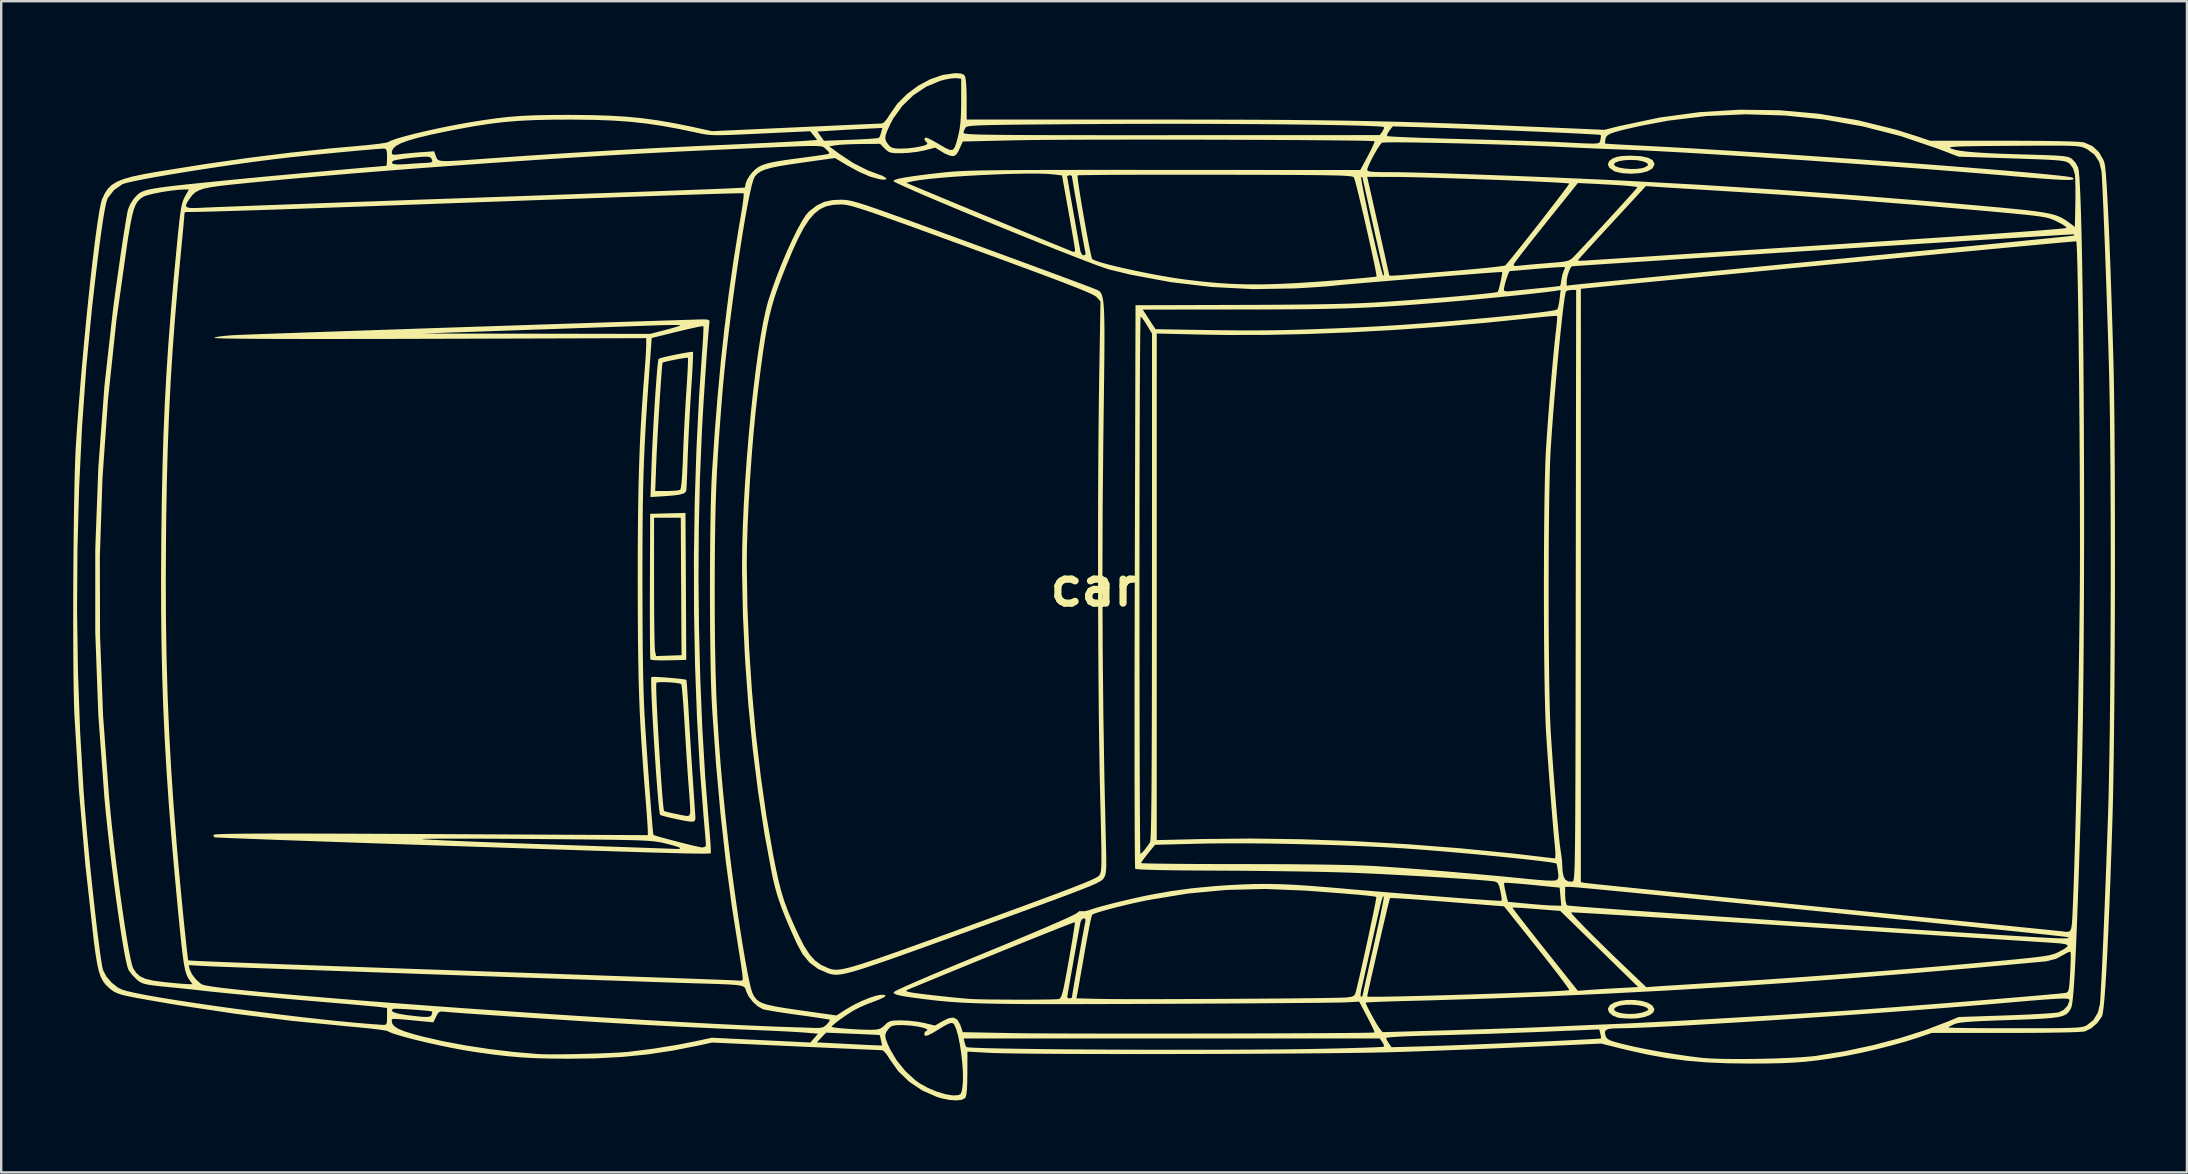
<source format=kicad_pcb>
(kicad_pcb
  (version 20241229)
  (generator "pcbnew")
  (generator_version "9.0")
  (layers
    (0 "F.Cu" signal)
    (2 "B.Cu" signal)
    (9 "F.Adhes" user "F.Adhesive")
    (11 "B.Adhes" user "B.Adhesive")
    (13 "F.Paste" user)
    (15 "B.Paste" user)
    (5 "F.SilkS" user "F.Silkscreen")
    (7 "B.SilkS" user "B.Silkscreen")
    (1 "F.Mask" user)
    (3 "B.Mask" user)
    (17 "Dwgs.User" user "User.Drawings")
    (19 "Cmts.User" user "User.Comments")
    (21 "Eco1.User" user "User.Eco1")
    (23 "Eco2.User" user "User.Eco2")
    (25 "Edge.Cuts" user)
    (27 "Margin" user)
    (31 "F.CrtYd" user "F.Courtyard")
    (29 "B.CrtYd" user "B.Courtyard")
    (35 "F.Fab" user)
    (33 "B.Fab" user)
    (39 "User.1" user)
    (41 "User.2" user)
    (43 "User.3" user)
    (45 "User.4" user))
  (footprint "car"
    (layer "F.Cu")
    (at 42.539 21.407)
    (property "Reference" "car" (at 0 0 0) (layer "F.SilkS") (effects (font (size 1.5 1.5) (thickness 0.3))))
    (attr board_only exclude_from_pos_files exclude_from_bom)
    (fp_poly (pts (xy 22.798 -17.947) (xy 23.1 -17.882) (xy 23.29 -17.777) (xy 23.36 -17.634) (xy 23.358 -17.59) (xy 23.273 -17.434) (xy 23.073 -17.317) (xy 22.773 -17.243) (xy 22.389 -17.217) (xy 22.009 -17.238) (xy 21.734 -17.303) (xy 21.669 -17.332) (xy 21.479 -17.466) (xy 21.418 -17.605) (xy 21.669 -17.605) (xy 21.728 -17.532) (xy 21.886 -17.474) (xy 22.11 -17.434) (xy 22.367 -17.414) (xy 22.624 -17.418) (xy 22.85 -17.45) (xy 22.941 -17.477) (xy 23.079 -17.555) (xy 23.087 -17.631) (xy 22.966 -17.704) (xy 22.863 -17.737) (xy 22.623 -17.781) (xy 22.358 -17.793) (xy 22.098 -17.777) (xy 21.876 -17.738) (xy 21.722 -17.677) (xy 21.669 -17.605) (xy 21.418 -17.605) (xy 21.416 -17.609) (xy 21.479 -17.751) (xy 21.615 -17.851) (xy 21.788 -17.918) (xy 22.018 -17.956) (xy 22.341 -17.969) (xy 22.389 -17.969)) (stroke (width 0) (type solid)) (fill yes) (layer "F.SilkS"))
    (fp_poly (pts (xy 22.53 17.218) (xy 22.825 17.256) (xy 23.079 17.331) (xy 23.266 17.442) (xy 23.357 17.59) (xy 23.359 17.602) (xy 23.318 17.732) (xy 23.168 17.845) (xy 22.934 17.932) (xy 22.637 17.984) (xy 22.389 17.994) (xy 22.146 17.985) (xy 21.942 17.97) (xy 21.835 17.955) (xy 21.618 17.865) (xy 21.469 17.737) (xy 21.429 17.626) (xy 21.678 17.626) (xy 21.747 17.693) (xy 21.89 17.747) (xy 22.088 17.785) (xy 22.321 17.801) (xy 22.571 17.79) (xy 22.819 17.749) (xy 22.863 17.737) (xy 23.02 17.682) (xy 23.104 17.629) (xy 23.109 17.617) (xy 23.049 17.541) (xy 22.891 17.479) (xy 22.667 17.436) (xy 22.41 17.414) (xy 22.151 17.418) (xy 21.923 17.451) (xy 21.836 17.477) (xy 21.701 17.553) (xy 21.678 17.626) (xy 21.429 17.626) (xy 21.419 17.596) (xy 21.42 17.584) (xy 21.502 17.435) (xy 21.681 17.325) (xy 21.931 17.252) (xy 22.223 17.216)) (stroke (width 0) (type solid)) (fill yes) (layer "F.SilkS"))
    (fp_poly (pts (xy -17.006 -0.428) (xy -17.003 0.167) (xy -17 0.736) (xy -16.997 1.262) (xy -16.995 1.729) (xy -16.993 2.12) (xy -16.991 2.417) (xy -16.99 2.605) (xy -16.99 2.635) (xy -16.988 3.044) (xy -17.719 3.063) (xy -18.015 3.066) (xy -18.259 3.06) (xy -18.425 3.046) (xy -18.483 3.029) (xy -18.489 2.955) (xy -18.495 2.763) (xy -18.499 2.466) (xy -18.503 2.079) (xy -18.505 1.613) (xy -18.506 1.083) (xy -18.506 0.5) (xy -18.504 -0.034) (xy -18.494 -2.88) (xy -18.33 -2.88) (xy -18.33 -0.205) (xy -18.329 0.383) (xy -18.326 0.936) (xy -18.322 1.439) (xy -18.316 1.878) (xy -18.309 2.236) (xy -18.301 2.5) (xy -18.292 2.653) (xy -18.288 2.678) (xy -18.247 2.885) (xy -17.716 2.867) (xy -17.184 2.848) (xy -17.187 2.569) (xy -17.188 2.443) (xy -17.19 2.202) (xy -17.192 1.861) (xy -17.194 1.438) (xy -17.197 0.948) (xy -17.2 0.408) (xy -17.203 -0.168) (xy -17.204 -0.295) (xy -17.217 -2.88) (xy -17.773 -2.88) (xy -18.33 -2.88) (xy -18.494 -2.88) (xy -18.494 -3.044) (xy -17.757 -3.063) (xy -17.021 -3.081)) (stroke (width 0) (type solid)) (fill yes) (layer "F.SilkS"))
    (fp_poly (pts (xy -16.708 -9.791) (xy -16.704 -9.72) (xy -16.709 -9.537) (xy -16.721 -9.26) (xy -16.74 -8.908) (xy -16.765 -8.498) (xy -16.784 -8.203) (xy -16.818 -7.665) (xy -16.851 -7.079) (xy -16.882 -6.488) (xy -16.908 -5.934) (xy -16.927 -5.462) (xy -16.929 -5.401) (xy -16.942 -5.003) (xy -16.955 -4.644) (xy -16.967 -4.346) (xy -16.977 -4.134) (xy -16.984 -4.029) (xy -16.985 -4.029) (xy -17.019 -3.947) (xy -17.111 -3.886) (xy -17.28 -3.84) (xy -17.543 -3.806) (xy -17.918 -3.777) (xy -17.931 -3.776) (xy -18.481 -3.742) (xy -18.472 -3.993) (xy -18.283 -3.993) (xy -17.799 -3.994) (xy -17.554 -4.001) (xy -17.357 -4.018) (xy -17.248 -4.041) (xy -17.243 -4.043) (xy -17.214 -4.128) (xy -17.186 -4.336) (xy -17.161 -4.662) (xy -17.138 -5.098) (xy -17.125 -5.434) (xy -17.105 -5.96) (xy -17.077 -6.563) (xy -17.044 -7.186) (xy -17.009 -7.777) (xy -16.985 -8.145) (xy -16.958 -8.554) (xy -16.937 -8.918) (xy -16.923 -9.216) (xy -16.917 -9.429) (xy -16.919 -9.537) (xy -16.922 -9.546) (xy -16.991 -9.545) (xy -17.151 -9.522) (xy -17.363 -9.485) (xy -17.589 -9.441) (xy -17.792 -9.397) (xy -17.934 -9.36) (xy -17.977 -9.342) (xy -17.987 -9.272) (xy -18.004 -9.089) (xy -18.025 -8.813) (xy -18.05 -8.46) (xy -18.078 -8.05) (xy -18.106 -7.601) (xy -18.135 -7.131) (xy -18.163 -6.658) (xy -18.188 -6.202) (xy -18.211 -5.779) (xy -18.229 -5.409) (xy -18.239 -5.155) (xy -18.283 -3.993) (xy -18.472 -3.993) (xy -18.437 -5.03) (xy -18.42 -5.483) (xy -18.397 -5.976) (xy -18.371 -6.494) (xy -18.341 -7.019) (xy -18.31 -7.535) (xy -18.278 -8.025) (xy -18.246 -8.471) (xy -18.216 -8.859) (xy -18.189 -9.169) (xy -18.165 -9.387) (xy -18.146 -9.495) (xy -18.142 -9.502) (xy -18.064 -9.533) (xy -17.892 -9.579) (xy -17.659 -9.632) (xy -17.397 -9.686) (xy -17.139 -9.736) (xy -16.916 -9.774) (xy -16.762 -9.793)) (stroke (width 0) (type solid)) (fill yes) (layer "F.SilkS"))
    (fp_poly (pts (xy -18.199 3.755) (xy -17.965 3.769) (xy -17.7 3.789) (xy -17.436 3.813) (xy -17.207 3.837) (xy -17.046 3.86) (xy -16.985 3.876) (xy -16.975 3.945) (xy -16.959 4.125) (xy -16.94 4.395) (xy -16.918 4.735) (xy -16.895 5.124) (xy -16.892 5.173) (xy -16.864 5.661) (xy -16.83 6.23) (xy -16.793 6.832) (xy -16.755 7.419) (xy -16.724 7.888) (xy -16.694 8.324) (xy -16.667 8.727) (xy -16.643 9.077) (xy -16.624 9.35) (xy -16.613 9.523) (xy -16.61 9.556) (xy -16.608 9.675) (xy -16.633 9.751) (xy -16.706 9.786) (xy -16.846 9.783) (xy -17.074 9.746) (xy -17.41 9.678) (xy -17.413 9.677) (xy -17.684 9.617) (xy -17.905 9.561) (xy -18.046 9.519) (xy -18.079 9.503) (xy -18.098 9.424) (xy -18.123 9.231) (xy -18.152 8.941) (xy -18.184 8.57) (xy -18.218 8.134) (xy -18.254 7.649) (xy -18.289 7.133) (xy -18.324 6.601) (xy -18.356 6.07) (xy -18.386 5.556) (xy -18.411 5.076) (xy -18.431 4.647) (xy -18.445 4.283) (xy -18.45 4.079) (xy -18.242 4.079) (xy -18.24 4.273) (xy -18.231 4.563) (xy -18.216 4.932) (xy -18.195 5.363) (xy -18.17 5.838) (xy -18.142 6.342) (xy -18.111 6.857) (xy -18.079 7.365) (xy -18.047 7.85) (xy -18.015 8.295) (xy -17.986 8.682) (xy -17.959 8.995) (xy -17.936 9.217) (xy -17.918 9.331) (xy -17.914 9.341) (xy -17.842 9.366) (xy -17.682 9.406) (xy -17.472 9.453) (xy -17.252 9.498) (xy -17.062 9.534) (xy -16.941 9.551) (xy -16.939 9.551) (xy -16.861 9.527) (xy -16.829 9.421) (xy -16.825 9.312) (xy -16.831 9.149) (xy -16.846 8.892) (xy -16.868 8.579) (xy -16.891 8.281) (xy -16.914 7.99) (xy -16.941 7.597) (xy -16.972 7.133) (xy -17.004 6.626) (xy -17.036 6.107) (xy -17.054 5.797) (xy -17.082 5.338) (xy -17.11 4.923) (xy -17.138 4.569) (xy -17.164 4.294) (xy -17.185 4.116) (xy -17.2 4.054) (xy -17.291 4.024) (xy -17.466 3.999) (xy -17.686 3.98) (xy -17.912 3.971) (xy -18.102 3.973) (xy -18.219 3.989) (xy -18.235 3.999) (xy -18.242 4.079) (xy -18.45 4.079) (xy -18.452 4.002) (xy -18.451 3.821) (xy -18.442 3.756) (xy -18.369 3.75)) (stroke (width 0) (type solid)) (fill yes) (layer "F.SilkS"))
    (fp_poly (pts (xy -10.475 -16.132) (xy -10.382 -16.128) (xy -10.283 -16.117) (xy -10.171 -16.098) (xy -10.036 -16.067) (xy -9.869 -16.021) (xy -9.661 -15.958) (xy -9.405 -15.874) (xy -9.09 -15.766) (xy -8.708 -15.631) (xy -8.251 -15.468) (xy -7.709 -15.272) (xy -7.073 -15.04) (xy -6.335 -14.77) (xy -5.486 -14.46) (xy -5.172 -14.345) (xy -4.401 -14.062) (xy -3.661 -13.79) (xy -2.962 -13.533) (xy -2.313 -13.294) (xy -1.725 -13.077) (xy -1.207 -12.885) (xy -0.769 -12.722) (xy -0.422 -12.592) (xy -0.175 -12.499) (xy -0.038 -12.446) (xy -0.021 -12.438) (xy 0.062 -12.405) (xy 0.135 -12.376) (xy 0.199 -12.343) (xy 0.254 -12.299) (xy 0.301 -12.236) (xy 0.34 -12.145) (xy 0.371 -12.019) (xy 0.396 -11.849) (xy 0.415 -11.628) (xy 0.428 -11.347) (xy 0.436 -10.999) (xy 0.44 -10.576) (xy 0.439 -10.069) (xy 0.434 -9.471) (xy 0.427 -8.773) (xy 0.417 -7.968) (xy 0.405 -7.048) (xy 0.392 -6.066) (xy 0.365 -3.245) (xy 0.356 -0.385) (xy 0.366 2.481) (xy 0.394 5.316) (xy 0.44 8.088) (xy 0.497 10.54) (xy 0.509 11.007) (xy 0.515 11.362) (xy 0.515 11.623) (xy 0.507 11.81) (xy 0.491 11.941) (xy 0.465 12.036) (xy 0.429 12.112) (xy 0.406 12.148) (xy 0.377 12.186) (xy 0.333 12.226) (xy 0.267 12.271) (xy 0.169 12.324) (xy 0.034 12.389) (xy -0.148 12.468) (xy -0.385 12.564) (xy -0.683 12.68) (xy -1.051 12.821) (xy -1.498 12.987) (xy -2.03 13.184) (xy -2.655 13.414) (xy -3.382 13.679) (xy -4.219 13.984) (xy -4.918 14.238) (xy -5.879 14.587) (xy -6.726 14.894) (xy -7.466 15.16) (xy -8.107 15.389) (xy -8.658 15.583) (xy -9.127 15.744) (xy -9.521 15.875) (xy -9.85 15.979) (xy -10.12 16.057) (xy -10.341 16.112) (xy -10.521 16.147) (xy -10.667 16.165) (xy -10.788 16.167) (xy -10.891 16.156) (xy -10.986 16.135) (xy -11.063 16.112) (xy -11.499 15.923) (xy -11.854 15.658) (xy -12.148 15.299) (xy -12.378 14.873) (xy -12.645 14.281) (xy -12.859 13.78) (xy -13.03 13.343) (xy -13.166 12.946) (xy -13.278 12.564) (xy -13.374 12.17) (xy -13.424 11.935) (xy -13.728 10.295) (xy -13.994 8.558) (xy -14.22 6.75) (xy -14.402 4.902) (xy -14.538 3.04) (xy -14.626 1.192) (xy -14.663 -0.612) (xy -14.663 -0.916) (xy -14.663 -0.949) (xy -14.467 -0.949) (xy -14.441 0.79) (xy -14.368 2.567) (xy -14.25 4.358) (xy -14.089 6.135) (xy -13.887 7.873) (xy -13.648 9.547) (xy -13.374 11.13) (xy -13.256 11.726) (xy -13.143 12.247) (xy -13.027 12.698) (xy -12.897 13.117) (xy -12.739 13.54) (xy -12.541 14.004) (xy -12.301 14.527) (xy -12.07 14.979) (xy -11.848 15.322) (xy -11.616 15.577) (xy -11.357 15.762) (xy -11.052 15.898) (xy -10.998 15.916) (xy -10.913 15.94) (xy -10.82 15.955) (xy -10.711 15.957) (xy -10.579 15.946) (xy -10.416 15.917) (xy -10.213 15.869) (xy -9.962 15.799) (xy -9.655 15.705) (xy -9.284 15.583) (xy -8.841 15.432) (xy -8.318 15.249) (xy -7.706 15.031) (xy -6.998 14.777) (xy -6.185 14.483) (xy -5.259 14.146) (xy -5.011 14.056) (xy -4.072 13.714) (xy -3.25 13.413) (xy -2.536 13.15) (xy -1.923 12.923) (xy -1.405 12.729) (xy -0.974 12.565) (xy -0.622 12.428) (xy -0.342 12.315) (xy -0.128 12.224) (xy 0.028 12.152) (xy 0.134 12.095) (xy 0.197 12.052) (xy 0.216 12.032) (xy 0.244 11.99) (xy 0.267 11.94) (xy 0.286 11.87) (xy 0.299 11.768) (xy 0.308 11.624) (xy 0.313 11.426) (xy 0.313 11.163) (xy 0.309 10.823) (xy 0.301 10.395) (xy 0.29 9.868) (xy 0.274 9.23) (xy 0.259 8.633) (xy 0.241 7.791) (xy 0.225 6.833) (xy 0.21 5.777) (xy 0.198 4.639) (xy 0.189 3.434) (xy 0.181 2.18) (xy 0.176 0.891) (xy 0.173 -0.415) (xy 0.172 -1.722) (xy 0.174 -3.015) (xy 0.178 -4.277) (xy 0.185 -5.492) (xy 0.194 -6.643) (xy 0.206 -7.715) (xy 0.218 -8.549) (xy 0.273 -11.894) (xy 0.12 -12.069) (xy 0.071 -12.109) (xy -0.02 -12.162) (xy -0.16 -12.23) (xy -0.357 -12.316) (xy -0.618 -12.424) (xy -0.949 -12.555) (xy -1.359 -12.713) (xy -1.854 -12.9) (xy -2.442 -13.12) (xy -3.13 -13.375) (xy -3.924 -13.668) (xy -4.833 -14.001) (xy -5.073 -14.089) (xy -5.981 -14.421) (xy -6.774 -14.711) (xy -7.462 -14.961) (xy -8.052 -15.174) (xy -8.554 -15.354) (xy -8.976 -15.504) (xy -9.326 -15.625) (xy -9.614 -15.721) (xy -9.847 -15.795) (xy -10.034 -15.85) (xy -10.184 -15.888) (xy -10.306 -15.913) (xy -10.407 -15.927) (xy -10.498 -15.934) (xy -10.572 -15.935) (xy -10.885 -15.917) (xy -11.162 -15.856) (xy -11.412 -15.739) (xy -11.644 -15.559) (xy -11.867 -15.303) (xy -12.089 -14.962) (xy -12.32 -14.526) (xy -12.568 -13.984) (xy -12.842 -13.326) (xy -12.844 -13.322) (xy -13.022 -12.873) (xy -13.174 -12.464) (xy -13.305 -12.077) (xy -13.419 -11.693) (xy -13.52 -11.295) (xy -13.611 -10.864) (xy -13.697 -10.382) (xy -13.782 -9.831) (xy -13.87 -9.194) (xy -13.965 -8.451) (xy -14.006 -8.118) (xy -14.099 -7.288) (xy -14.186 -6.379) (xy -14.265 -5.419) (xy -14.333 -4.44) (xy -14.389 -3.471) (xy -14.432 -2.542) (xy -14.458 -1.683) (xy -14.467 -0.949) (xy -14.663 -0.949) (xy -14.655 -1.711) (xy -14.629 -2.564) (xy -14.589 -3.461) (xy -14.534 -4.387) (xy -14.467 -5.327) (xy -14.39 -6.267) (xy -14.303 -7.191) (xy -14.208 -8.085) (xy -14.106 -8.933) (xy -14 -9.721) (xy -13.89 -10.434) (xy -13.778 -11.057) (xy -13.665 -11.575) (xy -13.582 -11.886) (xy -13.419 -12.386) (xy -13.231 -12.908) (xy -13.025 -13.434) (xy -12.809 -13.945) (xy -12.592 -14.423) (xy -12.382 -14.85) (xy -12.188 -15.207) (xy -12.018 -15.476) (xy -11.882 -15.637) (xy -11.558 -15.888) (xy -11.248 -16.042) (xy -10.907 -16.117) (xy -10.572 -16.133)) (stroke (width 0) (type solid)) (fill yes) (layer "F.SilkS"))
    (fp_poly (pts (xy -16.102 -11.138) (xy -16.034 -11.11) (xy -16.019 -11.057) (xy -16.022 -11.028) (xy -16.044 -10.816) (xy -16.072 -10.493) (xy -16.104 -10.08) (xy -16.14 -9.596) (xy -16.177 -9.062) (xy -16.215 -8.498) (xy -16.252 -7.923) (xy -16.287 -7.358) (xy -16.318 -6.824) (xy -16.334 -6.514) (xy -16.418 -4.535) (xy -16.465 -2.477) (xy -16.479 -0.37) (xy -16.458 1.757) (xy -16.403 3.875) (xy -16.316 5.954) (xy -16.196 7.963) (xy -16.05 9.807) (xy -16.016 10.199) (xy -15.989 10.544) (xy -15.971 10.823) (xy -15.962 11.014) (xy -15.965 11.098) (xy -15.966 11.099) (xy -15.985 11.107) (xy -16.031 11.113) (xy -16.109 11.117) (xy -16.224 11.119) (xy -16.383 11.119) (xy -16.59 11.117) (xy -16.853 11.113) (xy -17.175 11.106) (xy -17.563 11.096) (xy -18.023 11.083) (xy -18.56 11.068) (xy -19.18 11.049) (xy -19.889 11.027) (xy -20.692 11.001) (xy -21.594 10.971) (xy -22.603 10.938) (xy -23.722 10.901) (xy -24.958 10.859) (xy -26.317 10.814) (xy -27.004 10.791) (xy -28.113 10.753) (xy -29.186 10.716) (xy -30.217 10.681) (xy -31.198 10.646) (xy -32.122 10.614) (xy -32.981 10.583) (xy -33.768 10.555) (xy -34.476 10.529) (xy -34.934 10.511) (xy -28.003 10.511) (xy -27.933 10.52) (xy -27.741 10.533) (xy -27.439 10.549) (xy -27.036 10.568) (xy -26.541 10.59) (xy -25.965 10.614) (xy -25.317 10.64) (xy -24.608 10.667) (xy -23.848 10.695) (xy -23.046 10.724) (xy -22.737 10.734) (xy -21.918 10.763) (xy -21.135 10.79) (xy -20.397 10.816) (xy -19.715 10.84) (xy -19.099 10.862) (xy -18.559 10.881) (xy -18.106 10.897) (xy -17.75 10.91) (xy -17.5 10.919) (xy -17.368 10.924) (xy -17.351 10.924) (xy -17.25 10.913) (xy -17.253 10.876) (xy -17.341 10.837) (xy -17.525 10.78) (xy -17.772 10.715) (xy -17.904 10.683) (xy -18.022 10.657) (xy -18.141 10.635) (xy -18.272 10.615) (xy -18.425 10.599) (xy -18.609 10.584) (xy -18.835 10.572) (xy -19.113 10.561) (xy -19.453 10.552) (xy -19.864 10.544) (xy -20.357 10.537) (xy -20.941 10.53) (xy -21.627 10.523) (xy -22.425 10.516) (xy -23.269 10.509) (xy -24.045 10.503) (xy -24.782 10.499) (xy -25.467 10.496) (xy -26.092 10.494) (xy -26.647 10.494) (xy -27.12 10.495) (xy -27.503 10.497) (xy -27.784 10.501) (xy -27.954 10.506) (xy -28.003 10.511) (xy -34.934 10.511) (xy -35.097 10.505) (xy -35.625 10.485) (xy -36.051 10.468) (xy -36.368 10.454) (xy -36.569 10.445) (xy -36.647 10.439) (xy -36.648 10.439) (xy -36.698 10.371) (xy -36.686 10.333) (xy -36.648 10.322) (xy -36.545 10.312) (xy -36.373 10.304) (xy -36.127 10.297) (xy -35.801 10.291) (xy -35.391 10.287) (xy -34.892 10.284) (xy -34.3 10.282) (xy -33.609 10.281) (xy -32.814 10.282) (xy -31.911 10.284) (xy -30.895 10.287) (xy -29.761 10.292) (xy -28.504 10.298) (xy -27.615 10.302) (xy -18.592 10.348) (xy -18.592 10.164) (xy -18.597 10.04) (xy -18.611 9.811) (xy -18.633 9.502) (xy -18.66 9.137) (xy -18.687 8.803) (xy -18.753 7.967) (xy -18.809 7.201) (xy -18.857 6.489) (xy -18.897 5.81) (xy -18.93 5.145) (xy -18.956 4.474) (xy -18.976 3.78) (xy -18.99 3.041) (xy -19.001 2.24) (xy -19.007 1.356) (xy -19.01 0.371) (xy -19.011 -0.196) (xy -19.01 -0.888) (xy -18.814 -0.888) (xy -18.814 -0.131) (xy -18.812 0.873) (xy -18.808 1.759) (xy -18.802 2.541) (xy -18.793 3.232) (xy -18.781 3.846) (xy -18.766 4.396) (xy -18.748 4.895) (xy -18.726 5.356) (xy -18.7 5.794) (xy -18.657 6.458) (xy -18.613 7.11) (xy -18.569 7.737) (xy -18.526 8.326) (xy -18.486 8.864) (xy -18.45 9.338) (xy -18.417 9.735) (xy -18.391 10.042) (xy -18.37 10.246) (xy -18.357 10.334) (xy -18.356 10.336) (xy -18.284 10.365) (xy -18.111 10.417) (xy -17.865 10.486) (xy -17.571 10.564) (xy -17.257 10.645) (xy -16.95 10.723) (xy -16.675 10.789) (xy -16.46 10.837) (xy -16.331 10.861) (xy -16.317 10.862) (xy -16.195 10.827) (xy -16.17 10.752) (xy -16.176 10.651) (xy -16.192 10.444) (xy -16.216 10.155) (xy -16.246 9.81) (xy -16.268 9.558) (xy -16.424 7.553) (xy -16.542 5.447) (xy -16.623 3.265) (xy -16.665 1.033) (xy -16.67 -1.227) (xy -16.637 -3.488) (xy -16.565 -5.725) (xy -16.456 -7.915) (xy -16.34 -9.623) (xy -16.312 -10.007) (xy -16.291 -10.344) (xy -16.277 -10.613) (xy -16.272 -10.794) (xy -16.277 -10.864) (xy -16.347 -10.859) (xy -16.522 -10.827) (xy -16.781 -10.771) (xy -17.103 -10.697) (xy -17.367 -10.633) (xy -18.428 -10.371) (xy -18.504 -9.326) (xy -18.569 -8.417) (xy -18.624 -7.598) (xy -18.671 -6.849) (xy -18.71 -6.149) (xy -18.741 -5.477) (xy -18.766 -4.813) (xy -18.785 -4.136) (xy -18.798 -3.426) (xy -18.807 -2.661) (xy -18.812 -1.822) (xy -18.814 -0.888) (xy -19.01 -0.888) (xy -19.01 -1.36) (xy -19.004 -2.412) (xy -18.993 -3.369) (xy -18.977 -4.25) (xy -18.954 -5.073) (xy -18.925 -5.856) (xy -18.888 -6.618) (xy -18.843 -7.377) (xy -18.79 -8.151) (xy -18.727 -8.958) (xy -18.721 -9.034) (xy -18.696 -9.368) (xy -18.675 -9.684) (xy -18.662 -9.941) (xy -18.658 -10.075) (xy -18.657 -10.364) (xy -27.658 -10.337) (xy -29.116 -10.333) (xy -30.447 -10.331) (xy -31.649 -10.33) (xy -32.723 -10.33) (xy -33.668 -10.331) (xy -34.484 -10.334) (xy -35.171 -10.338) (xy -35.729 -10.344) (xy -36.156 -10.35) (xy -36.454 -10.358) (xy -36.621 -10.368) (xy -36.661 -10.376) (xy -36.599 -10.406) (xy -36.428 -10.437) (xy -36.166 -10.466) (xy -35.836 -10.49) (xy -35.826 -10.491) (xy -35.687 -10.497) (xy -35.426 -10.508) (xy -35.053 -10.522) (xy -34.575 -10.54) (xy -34.08 -10.557) (xy -27.986 -10.557) (xy -23.24 -10.55) (xy -18.494 -10.542) (xy -17.883 -10.699) (xy -17.616 -10.771) (xy -17.399 -10.834) (xy -17.262 -10.881) (xy -17.231 -10.897) (xy -17.279 -10.907) (xy -17.439 -10.912) (xy -17.689 -10.911) (xy -18.009 -10.905) (xy -18.333 -10.894) (xy -18.603 -10.884) (xy -18.989 -10.87) (xy -19.476 -10.853) (xy -20.049 -10.833) (xy -20.691 -10.81) (xy -21.389 -10.786) (xy -22.127 -10.76) (xy -22.891 -10.733) (xy -23.664 -10.707) (xy -23.731 -10.704) (xy -27.986 -10.557) (xy -34.08 -10.557) (xy -34.002 -10.56) (xy -33.343 -10.583) (xy -32.607 -10.609) (xy -31.802 -10.637) (xy -30.939 -10.666) (xy -30.025 -10.698) (xy -29.07 -10.73) (xy -28.083 -10.764) (xy -27.072 -10.798) (xy -26.046 -10.832) (xy -25.016 -10.866) (xy -23.988 -10.9) (xy -22.973 -10.934) (xy -21.98 -10.967) (xy -21.017 -10.998) (xy -20.093 -11.028) (xy -19.217 -11.056) (xy -18.399 -11.082) (xy -17.646 -11.106) (xy -16.969 -11.127) (xy -16.497 -11.142) (xy -16.247 -11.147)) (stroke (width 0) (type solid)) (fill yes) (layer "F.SilkS"))
    (fp_poly (pts (xy -5.54 -21.393) (xy -5.42 -21.343) (xy -5.37 -21.28) (xy -5.345 -21.168) (xy -5.323 -20.956) (xy -5.309 -20.671) (xy -5.303 -20.345) (xy -5.303 -20.314) (xy -5.303 -19.475) (xy 2.275 -19.475) (xy 3.675 -19.474) (xy 4.958 -19.472) (xy 6.137 -19.469) (xy 7.228 -19.464) (xy 8.244 -19.457) (xy 9.198 -19.447) (xy 10.105 -19.435) (xy 10.979 -19.42) (xy 11.833 -19.402) (xy 12.682 -19.381) (xy 13.539 -19.356) (xy 14.418 -19.327) (xy 15.334 -19.295) (xy 16.301 -19.257) (xy 17.331 -19.215) (xy 18.247 -19.177) (xy 21.274 -19.047) (xy 21.913 -19.207) (xy 23.573 -19.558) (xy 25.242 -19.784) (xy 26.912 -19.885) (xy 28.573 -19.863) (xy 30.219 -19.716) (xy 31.841 -19.446) (xy 33.43 -19.053) (xy 34.364 -18.758) (xy 34.85 -18.592) (xy 37.919 -18.592) (xy 38.781 -18.59) (xy 39.518 -18.585) (xy 40.13 -18.577) (xy 40.616 -18.565) (xy 40.973 -18.55) (xy 41.202 -18.532) (xy 41.276 -18.519) (xy 41.612 -18.37) (xy 41.886 -18.118) (xy 42.076 -17.785) (xy 42.118 -17.657) (xy 42.145 -17.499) (xy 42.173 -17.213) (xy 42.203 -16.805) (xy 42.235 -16.279) (xy 42.268 -15.638) (xy 42.302 -14.887) (xy 42.337 -14.03) (xy 42.373 -13.071) (xy 42.409 -12.015) (xy 42.446 -10.864) (xy 42.483 -9.624) (xy 42.488 -9.46) (xy 42.503 -8.835) (xy 42.516 -8.094) (xy 42.527 -7.248) (xy 42.536 -6.312) (xy 42.543 -5.298) (xy 42.548 -4.222) (xy 42.551 -3.094) (xy 42.553 -1.931) (xy 42.553 -0.743) (xy 42.551 0.454) (xy 42.547 1.647) (xy 42.541 2.823) (xy 42.534 3.969) (xy 42.525 5.071) (xy 42.514 6.115) (xy 42.502 7.088) (xy 42.488 7.977) (xy 42.473 8.768) (xy 42.456 9.448) (xy 42.45 9.641) (xy 42.406 10.977) (xy 42.363 12.202) (xy 42.32 13.313) (xy 42.278 14.31) (xy 42.237 15.19) (xy 42.197 15.951) (xy 42.158 16.59) (xy 42.12 17.107) (xy 42.083 17.499) (xy 42.048 17.764) (xy 42.014 17.9) (xy 42.012 17.904) (xy 41.819 18.176) (xy 41.569 18.396) (xy 41.303 18.528) (xy 41.303 18.528) (xy 41.187 18.542) (xy 40.95 18.555) (xy 40.605 18.567) (xy 40.161 18.576) (xy 39.629 18.584) (xy 39.022 18.589) (xy 38.348 18.591) (xy 37.998 18.592) (xy 34.917 18.592) (xy 34.332 18.791) (xy 33.837 18.947) (xy 33.256 19.11) (xy 32.63 19.269) (xy 32.002 19.414) (xy 31.415 19.534) (xy 31.226 19.568) (xy 30.661 19.662) (xy 30.153 19.735) (xy 29.673 19.789) (xy 29.187 19.827) (xy 28.666 19.852) (xy 28.078 19.864) (xy 27.391 19.868) (xy 27.364 19.868) (xy 26.387 19.856) (xy 25.504 19.817) (xy 24.683 19.746) (xy 23.888 19.641) (xy 23.087 19.497) (xy 22.244 19.309) (xy 21.945 19.236) (xy 21.142 19.035) (xy 18.149 19.172) (xy 17.401 19.205) (xy 16.581 19.24) (xy 15.723 19.275) (xy 14.859 19.308) (xy 14.024 19.339) (xy 13.25 19.367) (xy 12.571 19.389) (xy 12.536 19.39) (xy 12.094 19.402) (xy 11.548 19.413) (xy 10.911 19.423) (xy 10.192 19.432) (xy 9.403 19.44) (xy 8.554 19.447) (xy 7.656 19.454) (xy 6.721 19.459) (xy 5.759 19.464) (xy 4.781 19.467) (xy 3.798 19.47) (xy 2.821 19.471) (xy 1.86 19.472) (xy 0.927 19.471) (xy 0.032 19.469) (xy -0.813 19.467) (xy -1.598 19.463) (xy -2.312 19.458) (xy -2.944 19.452) (xy -3.483 19.444) (xy -3.919 19.436) (xy -4.24 19.426) (xy -4.353 19.421) (xy -5.27 19.37) (xy -5.273 20.284) (xy -5.279 20.7) (xy -5.295 20.998) (xy -5.321 21.192) (xy -5.358 21.296) (xy -5.363 21.303) (xy -5.501 21.377) (xy -5.732 21.404) (xy -6.026 21.383) (xy -6.356 21.316) (xy -6.546 21.258) (xy -7.158 20.987) (xy -7.702 20.623) (xy -8.161 20.179) (xy -8.508 19.686) (xy -8.64 19.481) (xy -8.758 19.348) (xy -8.828 19.311) (xy -8.912 19.308) (xy -9.115 19.299) (xy -9.423 19.286) (xy -9.825 19.268) (xy -10.308 19.246) (xy -10.859 19.222) (xy -11.466 19.194) (xy -12.116 19.165) (xy -12.425 19.151) (xy -15.913 18.992) (xy -16.516 19.124) (xy -17.579 19.333) (xy -18.622 19.489) (xy -19.682 19.593) (xy -20.797 19.651) (xy -21.898 19.666) (xy -22.629 19.66) (xy -23.268 19.643) (xy -23.854 19.611) (xy -24.425 19.562) (xy -25.022 19.493) (xy -25.682 19.401) (xy -25.891 19.37) (xy -26.322 19.298) (xy -26.79 19.21) (xy -27.273 19.11) (xy -27.753 19.004) (xy -28.21 18.895) (xy -28.623 18.789) (xy -28.974 18.69) (xy -29.241 18.604) (xy -29.407 18.534) (xy -29.437 18.515) (xy -29.522 18.492) (xy -29.717 18.461) (xy -30.004 18.425) (xy -30.362 18.386) (xy -30.771 18.347) (xy -30.975 18.329) (xy -33.397 18.091) (xy -35.762 17.796) (xy -38.138 17.437) (xy -39.045 17.283) (xy -39.556 17.194) (xy -39.955 17.121) (xy -40.261 17.06) (xy -40.49 17.006) (xy -40.66 16.953) (xy -40.79 16.897) (xy -40.897 16.833) (xy -40.997 16.757) (xy -41.036 16.724) (xy -41.182 16.586) (xy -41.3 16.432) (xy -41.395 16.244) (xy -41.475 16.003) (xy -41.544 15.688) (xy -41.61 15.281) (xy -41.679 14.763) (xy -41.679 14.762) (xy -42.03 11.605) (xy -42.301 8.447) (xy -42.488 5.337) (xy -42.49 5.303) (xy -42.505 4.886) (xy -42.517 4.36) (xy -42.527 3.74) (xy -42.533 3.041) (xy -42.537 2.279) (xy -42.539 1.47) (xy -42.538 0.968) (xy -42.377 0.968) (xy -42.34 3.536) (xy -42.249 6.065) (xy -42.104 8.529) (xy -42.059 9.138) (xy -42.011 9.719) (xy -41.956 10.344) (xy -41.894 10.999) (xy -41.828 11.67) (xy -41.759 12.34) (xy -41.688 12.997) (xy -41.618 13.625) (xy -41.55 14.21) (xy -41.485 14.736) (xy -41.426 15.19) (xy -41.373 15.557) (xy -41.329 15.822) (xy -41.296 15.965) (xy -41.157 16.237) (xy -40.933 16.498) (xy -40.667 16.705) (xy -40.502 16.786) (xy -40.276 16.852) (xy -39.933 16.929) (xy -39.485 17.016) (xy -38.947 17.111) (xy -38.331 17.212) (xy -37.65 17.317) (xy -36.917 17.425) (xy -36.146 17.534) (xy -35.349 17.641) (xy -34.54 17.746) (xy -33.731 17.847) (xy -32.936 17.941) (xy -32.167 18.027) (xy -31.439 18.103) (xy -30.763 18.168) (xy -30.153 18.219) (xy -29.623 18.255) (xy -29.606 18.256) (xy -29.521 18.249) (xy -29.477 18.197) (xy -29.461 18.066) (xy -29.461 18.048) (xy -29.263 18.048) (xy -29.263 18.083) (xy -29.262 18.091) (xy -29.235 18.213) (xy -29.144 18.323) (xy -28.975 18.426) (xy -28.715 18.53) (xy -28.35 18.642) (xy -27.989 18.738) (xy -27.135 18.934) (xy -26.189 19.111) (xy -25.188 19.263) (xy -24.17 19.384) (xy -23.174 19.47) (xy -22.919 19.479) (xy -22.56 19.483) (xy -22.125 19.48) (xy -21.642 19.473) (xy -21.139 19.461) (xy -20.642 19.446) (xy -20.18 19.428) (xy -19.779 19.407) (xy -19.468 19.385) (xy -19.377 19.376) (xy -18.349 19.245) (xy -17.357 19.085) (xy -16.652 18.947) (xy -15.924 18.791) (xy -13.87 18.89) (xy -11.816 18.99) (xy -11.812 18.985) (xy -11.546 18.985) (xy -11.387 18.992) (xy -11.263 18.999) (xy -11.039 19.01) (xy -10.744 19.025) (xy -10.408 19.043) (xy -10.343 19.047) (xy -9.984 19.065) (xy -9.642 19.082) (xy -9.354 19.095) (xy -9.157 19.104) (xy -9.143 19.104) (xy -8.827 19.115) (xy -8.873 18.903) (xy -8.906 18.756) (xy -8.925 18.686) (xy -8.694 18.686) (xy -8.677 18.832) (xy -8.602 19.034) (xy -8.488 19.281) (xy -8.213 19.744) (xy -7.855 20.182) (xy -7.451 20.554) (xy -7.251 20.697) (xy -6.923 20.878) (xy -6.563 21.03) (xy -6.211 21.139) (xy -5.907 21.192) (xy -5.794 21.194) (xy -5.639 21.178) (xy -5.555 21.134) (xy -5.511 21.025) (xy -5.48 20.85) (xy -5.457 20.573) (xy -5.46 20.229) (xy -5.485 19.847) (xy -5.529 19.451) (xy -5.587 19.068) (xy -5.638 18.821) (xy -5.428 18.821) (xy -5.389 18.985) (xy -5.35 19.119) (xy -5.324 19.177) (xy -5.248 19.191) (xy -5.05 19.205) (xy -4.741 19.217) (xy -4.33 19.229) (xy -3.827 19.24) (xy -3.241 19.25) (xy -2.582 19.259) (xy -1.859 19.267) (xy -1.083 19.274) (xy -0.263 19.28) (xy 0.592 19.285) (xy 1.471 19.288) (xy 2.366 19.291) (xy 3.266 19.292) (xy 4.161 19.292) (xy 5.043 19.291) (xy 5.902 19.288) (xy 6.727 19.284) (xy 7.509 19.278) (xy 8.239 19.271) (xy 8.907 19.262) (xy 9.444 19.252) (xy 10.016 19.24) (xy 10.545 19.227) (xy 11.019 19.213) (xy 11.424 19.2) (xy 11.744 19.187) (xy 11.967 19.175) (xy 12.077 19.165) (xy 12.086 19.162) (xy 12.081 19.088) (xy 12.018 18.972) (xy 11.912 18.821) (xy 3.242 18.821) (xy -5.428 18.821) (xy -5.638 18.821) (xy -5.641 18.802) (xy 12.176 18.802) (xy 12.211 18.894) (xy 12.291 19.024) (xy 12.405 19.186) (xy 13.78 19.148) (xy 14.147 19.137) (xy 14.623 19.12) (xy 15.184 19.099) (xy 15.81 19.075) (xy 16.477 19.047) (xy 17.164 19.018) (xy 17.847 18.988) (xy 18.134 18.976) (xy 18.744 18.948) (xy 19.314 18.921) (xy 19.829 18.896) (xy 20.277 18.873) (xy 20.644 18.854) (xy 20.917 18.838) (xy 21.084 18.827) (xy 21.132 18.822) (xy 21.132 18.753) (xy 21.106 18.623) (xy 21.092 18.569) (xy 21.295 18.569) (xy 21.322 18.699) (xy 21.36 18.785) (xy 21.422 18.85) (xy 21.533 18.907) (xy 21.719 18.968) (xy 22.002 19.044) (xy 22.071 19.061) (xy 22.512 19.164) (xy 23.044 19.272) (xy 23.629 19.379) (xy 24.225 19.477) (xy 24.796 19.561) (xy 25.3 19.624) (xy 25.4 19.634) (xy 25.745 19.657) (xy 26.193 19.672) (xy 26.717 19.678) (xy 27.29 19.676) (xy 27.884 19.667) (xy 28.472 19.651) (xy 29.027 19.628) (xy 29.521 19.6) (xy 29.928 19.566) (xy 30.113 19.544) (xy 31.287 19.353) (xy 32.456 19.104) (xy 33.589 18.807) (xy 34.655 18.47) (xy 34.935 18.364) (xy 35.612 18.364) (xy 35.676 18.37) (xy 35.856 18.377) (xy 36.141 18.382) (xy 36.516 18.387) (xy 36.968 18.391) (xy 37.484 18.394) (xy 38.049 18.395) (xy 38.379 18.395) (xy 39.058 18.395) (xy 39.618 18.394) (xy 40.073 18.391) (xy 40.434 18.386) (xy 40.715 18.379) (xy 40.928 18.368) (xy 41.085 18.354) (xy 41.2 18.336) (xy 41.284 18.314) (xy 41.351 18.286) (xy 41.374 18.274) (xy 41.653 18.055) (xy 41.84 17.747) (xy 41.925 17.394) (xy 41.941 17.201) (xy 41.96 16.889) (xy 41.983 16.469) (xy 42.009 15.954) (xy 42.037 15.353) (xy 42.067 14.68) (xy 42.098 13.946) (xy 42.13 13.162) (xy 42.162 12.339) (xy 42.194 11.49) (xy 42.225 10.627) (xy 42.256 9.759) (xy 42.267 9.427) (xy 42.288 8.701) (xy 42.306 7.859) (xy 42.323 6.916) (xy 42.338 5.885) (xy 42.35 4.783) (xy 42.36 3.623) (xy 42.367 2.42) (xy 42.373 1.189) (xy 42.376 -0.056) (xy 42.376 -1.299) (xy 42.375 -2.527) (xy 42.371 -3.724) (xy 42.364 -4.875) (xy 42.355 -5.967) (xy 42.344 -6.984) (xy 42.33 -7.912) (xy 42.313 -8.736) (xy 42.299 -9.263) (xy 42.277 -10.013) (xy 42.252 -10.787) (xy 42.227 -11.572) (xy 42.2 -12.356) (xy 42.172 -13.125) (xy 42.145 -13.869) (xy 42.118 -14.573) (xy 42.092 -15.226) (xy 42.068 -15.815) (xy 42.045 -16.328) (xy 42.025 -16.752) (xy 42.008 -17.075) (xy 41.994 -17.283) (xy 41.99 -17.328) (xy 41.896 -17.71) (xy 41.701 -18.009) (xy 41.402 -18.232) (xy 41.37 -18.249) (xy 41.295 -18.285) (xy 41.221 -18.314) (xy 41.136 -18.338) (xy 41.025 -18.356) (xy 40.877 -18.37) (xy 40.678 -18.379) (xy 40.415 -18.385) (xy 40.076 -18.387) (xy 39.649 -18.387) (xy 39.119 -18.385) (xy 38.474 -18.381) (xy 38.293 -18.38) (xy 37.614 -18.375) (xy 37.056 -18.37) (xy 36.609 -18.364) (xy 36.262 -18.357) (xy 36.006 -18.349) (xy 35.829 -18.338) (xy 35.723 -18.325) (xy 35.677 -18.309) (xy 35.68 -18.29) (xy 35.711 -18.273) (xy 35.859 -18.222) (xy 36.076 -18.178) (xy 36.37 -18.14) (xy 36.751 -18.106) (xy 37.23 -18.077) (xy 37.816 -18.05) (xy 38.52 -18.027) (xy 38.799 -18.019) (xy 39.331 -18.004) (xy 39.748 -17.99) (xy 40.067 -17.976) (xy 40.303 -17.96) (xy 40.472 -17.941) (xy 40.59 -17.917) (xy 40.674 -17.887) (xy 40.74 -17.849) (xy 40.763 -17.833) (xy 40.915 -17.671) (xy 41.021 -17.474) (xy 41.021 -17.473) (xy 41.047 -17.33) (xy 41.071 -17.064) (xy 41.094 -16.683) (xy 41.115 -16.193) (xy 41.136 -15.603) (xy 41.155 -14.92) (xy 41.173 -14.152) (xy 41.189 -13.306) (xy 41.204 -12.39) (xy 41.217 -11.412) (xy 41.229 -10.379) (xy 41.24 -9.298) (xy 41.248 -8.179) (xy 41.255 -7.027) (xy 41.261 -5.851) (xy 41.265 -4.658) (xy 41.267 -3.456) (xy 41.267 -2.253) (xy 41.265 -1.056) (xy 41.262 0.128) (xy 41.256 1.29) (xy 41.249 2.423) (xy 41.24 3.52) (xy 41.228 4.572) (xy 41.215 5.573) (xy 41.199 6.514) (xy 41.182 7.388) (xy 41.162 8.188) (xy 41.154 8.445) (xy 41.114 9.793) (xy 41.075 11.015) (xy 41.039 12.116) (xy 41.005 13.099) (xy 40.973 13.971) (xy 40.942 14.736) (xy 40.912 15.398) (xy 40.884 15.962) (xy 40.856 16.432) (xy 40.829 16.815) (xy 40.803 17.114) (xy 40.776 17.333) (xy 40.75 17.479) (xy 40.729 17.544) (xy 40.67 17.657) (xy 40.601 17.75) (xy 40.508 17.824) (xy 40.379 17.882) (xy 40.199 17.928) (xy 39.955 17.963) (xy 39.634 17.991) (xy 39.221 18.014) (xy 38.703 18.035) (xy 38.133 18.055) (xy 37.528 18.075) (xy 37.041 18.095) (xy 36.657 18.115) (xy 36.363 18.137) (xy 36.144 18.16) (xy 35.987 18.187) (xy 35.879 18.218) (xy 35.858 18.226) (xy 35.705 18.299) (xy 35.619 18.353) (xy 35.612 18.364) (xy 34.935 18.364) (xy 35.562 18.125) (xy 36.038 17.927) (xy 38.002 17.861) (xy 38.508 17.842) (xy 38.983 17.821) (xy 39.407 17.799) (xy 39.762 17.777) (xy 40.028 17.756) (xy 40.188 17.737) (xy 40.211 17.733) (xy 40.418 17.627) (xy 40.578 17.452) (xy 40.652 17.25) (xy 40.653 17.22) (xy 40.641 17.193) (xy 40.596 17.173) (xy 40.509 17.162) (xy 40.367 17.16) (xy 40.159 17.167) (xy 39.876 17.183) (xy 39.504 17.21) (xy 39.034 17.248) (xy 38.454 17.298) (xy 37.871 17.349) (xy 37.075 17.417) (xy 36.212 17.488) (xy 35.293 17.561) (xy 34.328 17.635) (xy 33.33 17.709) (xy 32.308 17.784) (xy 31.274 17.857) (xy 30.24 17.928) (xy 29.215 17.998) (xy 28.211 18.064) (xy 27.24 18.126) (xy 26.311 18.183) (xy 25.437 18.235) (xy 24.627 18.282) (xy 23.894 18.321) (xy 23.248 18.353) (xy 22.701 18.376) (xy 22.262 18.391) (xy 21.963 18.396) (xy 21.644 18.403) (xy 21.438 18.429) (xy 21.328 18.481) (xy 21.295 18.569) (xy 21.092 18.569) (xy 21.061 18.443) (xy 20.072 18.486) (xy 18.228 18.563) (xy 16.463 18.627) (xy 14.798 18.677) (xy 14.058 18.697) (xy 13.563 18.711) (xy 13.12 18.727) (xy 12.744 18.745) (xy 12.452 18.764) (xy 12.258 18.782) (xy 12.178 18.8) (xy 12.176 18.802) (xy -5.641 18.802) (xy -5.657 18.723) (xy -5.735 18.443) (xy -5.816 18.253) (xy -5.861 18.197) (xy -5.931 18.174) (xy -6.043 18.202) (xy -6.22 18.292) (xy -6.435 18.422) (xy -6.712 18.589) (xy -6.898 18.684) (xy -7.009 18.714) (xy -7.061 18.682) (xy -7.07 18.624) (xy -7.035 18.537) (xy -7.005 18.526) (xy -6.941 18.48) (xy -6.939 18.466) (xy -7 18.414) (xy -7.161 18.362) (xy -7.393 18.316) (xy -7.665 18.282) (xy -7.948 18.265) (xy -8.018 18.264) (xy -8.254 18.27) (xy -8.401 18.297) (xy -8.499 18.357) (xy -8.571 18.437) (xy -8.658 18.565) (xy -8.694 18.686) (xy -8.925 18.686) (xy -8.926 18.682) (xy -8.927 18.681) (xy -8.992 18.675) (xy -9.166 18.666) (xy -9.428 18.653) (xy -9.757 18.638) (xy -10.049 18.626) (xy -11.162 18.58) (xy -11.354 18.782) (xy -11.546 18.985) (xy -11.812 18.985) (xy -11.657 18.807) (xy -11.498 18.624) (xy -12.017 18.579) (xy -12.223 18.564) (xy -12.536 18.545) (xy -12.932 18.524) (xy -13.39 18.502) (xy -13.884 18.48) (xy -14.369 18.461) (xy -15.749 18.402) (xy -17.206 18.333) (xy -18.688 18.256) (xy -20.14 18.173) (xy -21.341 18.099) (xy -22.393 18.031) (xy -23.35 17.969) (xy -24.207 17.912) (xy -24.96 17.861) (xy -25.604 17.817) (xy -26.136 17.78) (xy -26.55 17.75) (xy -26.843 17.727) (xy -27.011 17.712) (xy -27.022 17.71) (xy -27.201 17.697) (xy -27.302 17.731) (xy -27.377 17.838) (xy -27.414 17.913) (xy -27.527 18.149) (xy -27.953 18.109) (xy -28.397 18.066) (xy -28.728 18.035) (xy -28.962 18.016) (xy -29.116 18.007) (xy -29.206 18.01) (xy -29.249 18.024) (xy -29.263 18.048) (xy -29.461 18.048) (xy -29.459 17.908) (xy -29.459 17.658) (xy -29.265 17.658) (xy -29.189 17.725) (xy -28.993 17.787) (xy -28.683 17.84) (xy -28.635 17.847) (xy -28.254 17.892) (xy -27.982 17.919) (xy -27.8 17.925) (xy -27.688 17.911) (xy -27.626 17.876) (xy -27.599 17.83) (xy -27.573 17.728) (xy -27.578 17.701) (xy -27.653 17.684) (xy -27.826 17.664) (xy -28.069 17.642) (xy -28.347 17.621) (xy -28.632 17.602) (xy -28.89 17.589) (xy -29.091 17.582) (xy -29.204 17.585) (xy -29.216 17.589) (xy -29.265 17.658) (xy -29.459 17.658) (xy -29.459 17.552) (xy -29.737 17.515) (xy -29.872 17.5) (xy -30.119 17.476) (xy -30.458 17.445) (xy -30.87 17.408) (xy -31.337 17.368) (xy -31.838 17.325) (xy -31.979 17.313) (xy -32.801 17.243) (xy -33.613 17.172) (xy -34.397 17.101) (xy -35.135 17.033) (xy -35.81 16.968) (xy -36.403 16.909) (xy -36.896 16.858) (xy -37.184 16.825) (xy -37.506 16.789) (xy -37.894 16.748) (xy -38.282 16.708) (xy -38.427 16.694) (xy -38.857 16.652) (xy -39.178 16.616) (xy -39.411 16.582) (xy -39.578 16.545) (xy -39.699 16.5) (xy -39.795 16.443) (xy -39.889 16.367) (xy -39.906 16.352) (xy -40.073 16.182) (xy -40.209 16.004) (xy -40.237 15.956) (xy -40.286 15.809) (xy -40.347 15.546) (xy -40.418 15.18) (xy -40.496 14.723) (xy -40.58 14.189) (xy -40.668 13.592) (xy -40.759 12.944) (xy -40.85 12.26) (xy -40.939 11.552) (xy -41.024 10.833) (xy -41.105 10.118) (xy -41.178 9.42) (xy -41.237 8.805) (xy -41.492 5.34) (xy -41.619 1.885) (xy -41.619 -1.236) (xy -41.428 -1.236) (xy -41.419 2.066) (xy -41.291 5.394) (xy -41.044 8.764) (xy -41.04 8.805) (xy -40.978 9.458) (xy -40.906 10.143) (xy -40.826 10.846) (xy -40.741 11.554) (xy -40.652 12.253) (xy -40.561 12.93) (xy -40.47 13.571) (xy -40.382 14.162) (xy -40.297 14.69) (xy -40.218 15.141) (xy -40.147 15.501) (xy -40.086 15.758) (xy -40.04 15.891) (xy -39.914 16.085) (xy -39.751 16.229) (xy -39.528 16.333) (xy -39.221 16.408) (xy -38.808 16.465) (xy -38.794 16.467) (xy -38.471 16.5) (xy -38.17 16.528) (xy -37.931 16.547) (xy -37.817 16.554) (xy -37.567 16.562) (xy -37.699 16.378) (xy -37.758 16.285) (xy -37.809 16.176) (xy -37.855 16.037) (xy -37.897 15.855) (xy -37.913 15.766) (xy -37.724 15.766) (xy -37.678 15.952) (xy -37.587 16.146) (xy -37.426 16.354) (xy -37.239 16.525) (xy -37.168 16.57) (xy -37.042 16.607) (xy -36.794 16.651) (xy -36.43 16.701) (xy -35.959 16.756) (xy -35.388 16.817) (xy -34.724 16.883) (xy -33.977 16.952) (xy -33.153 17.025) (xy -32.26 17.101) (xy -31.305 17.18) (xy -30.298 17.26) (xy -29.244 17.341) (xy -28.153 17.423) (xy -27.031 17.505) (xy -25.887 17.587) (xy -24.728 17.667) (xy -23.562 17.747) (xy -22.397 17.824) (xy -21.24 17.898) (xy -20.099 17.969) (xy -18.982 18.036) (xy -17.896 18.099) (xy -16.85 18.157) (xy -15.851 18.21) (xy -14.906 18.256) (xy -14.024 18.296) (xy -13.213 18.329) (xy -12.602 18.35) (xy -12.281 18.36) (xy -11.959 18.371) (xy -11.695 18.38) (xy -11.648 18.382) (xy -11.423 18.381) (xy -11.279 18.349) (xy -11.168 18.272) (xy -11.129 18.232) (xy -11.034 18.116) (xy -11.001 18.047) (xy -11.003 18.043) (xy -11.074 18.026) (xy -11.254 17.996) (xy -11.523 17.955) (xy -11.862 17.905) (xy -12.25 17.851) (xy -12.307 17.844) (xy -12.716 17.786) (xy -13.092 17.73) (xy -13.412 17.678) (xy -13.652 17.635) (xy -13.788 17.605) (xy -13.792 17.604) (xy -14 17.489) (xy -14.213 17.296) (xy -14.391 17.069) (xy -14.494 16.851) (xy -14.498 16.835) (xy -14.518 16.761) (xy -14.551 16.702) (xy -14.613 16.657) (xy -14.718 16.623) (xy -14.88 16.597) (xy -15.115 16.577) (xy -15.438 16.561) (xy -15.862 16.546) (xy -16.366 16.531) (xy -16.681 16.522) (xy -17.106 16.508) (xy -17.63 16.491) (xy -18.246 16.471) (xy -18.944 16.447) (xy -19.715 16.421) (xy -20.55 16.393) (xy -21.44 16.362) (xy -22.377 16.33) (xy -23.351 16.296) (xy -24.353 16.262) (xy -25.374 16.226) (xy -26.406 16.19) (xy -27.438 16.154) (xy -28.463 16.118) (xy -29.472 16.082) (xy -30.455 16.047) (xy -31.402 16.014) (xy -32.307 15.981) (xy -33.158 15.951) (xy -33.948 15.922) (xy -34.668 15.896) (xy -35.308 15.873) (xy -35.859 15.852) (xy -36.312 15.835) (xy -36.659 15.821) (xy -36.891 15.812) (xy -36.979 15.807) (xy -37.724 15.766) (xy -37.913 15.766) (xy -37.939 15.616) (xy -37.981 15.307) (xy -38.027 14.912) (xy -38.079 14.419) (xy -38.139 13.814) (xy -38.162 13.584) (xy -38.313 11.96) (xy -38.445 10.444) (xy -38.557 9.013) (xy -38.65 7.646) (xy -38.726 6.321) (xy -38.786 5.017) (xy -38.829 3.711) (xy -38.858 2.382) (xy -38.874 1.008) (xy -38.876 -0.364) (xy -38.68 -0.364) (xy -38.673 1.327) (xy -38.648 2.942) (xy -38.604 4.51) (xy -38.54 6.056) (xy -38.454 7.609) (xy -38.347 9.197) (xy -38.216 10.845) (xy -38.163 11.456) (xy -38.121 11.923) (xy -38.075 12.421) (xy -38.026 12.934) (xy -37.976 13.445) (xy -37.927 13.937) (xy -37.88 14.394) (xy -37.837 14.798) (xy -37.8 15.134) (xy -37.771 15.384) (xy -37.751 15.531) (xy -37.744 15.564) (xy -37.718 15.569) (xy -37.644 15.575) (xy -37.517 15.583) (xy -37.333 15.592) (xy -37.087 15.603) (xy -36.775 15.617) (xy -36.391 15.632) (xy -35.931 15.65) (xy -35.39 15.671) (xy -34.764 15.694) (xy -34.047 15.721) (xy -33.236 15.75) (xy -32.325 15.783) (xy -31.309 15.819) (xy -30.185 15.859) (xy -28.946 15.903) (xy -27.59 15.95) (xy -26.11 16.002) (xy -25.105 16.037) (xy -23.746 16.085) (xy -22.512 16.128) (xy -21.396 16.167) (xy -20.393 16.202) (xy -19.496 16.234) (xy -18.7 16.262) (xy -17.999 16.287) (xy -17.386 16.308) (xy -16.856 16.327) (xy -16.402 16.344) (xy -16.018 16.358) (xy -15.699 16.37) (xy -15.438 16.38) (xy -15.229 16.388) (xy -15.066 16.395) (xy -14.943 16.401) (xy -14.854 16.405) (xy -14.794 16.409) (xy -14.755 16.412) (xy -14.732 16.415) (xy -14.719 16.418) (xy -14.717 16.418) (xy -14.645 16.387) (xy -14.638 16.376) (xy -14.637 16.297) (xy -14.656 16.11) (xy -14.693 15.839) (xy -14.744 15.503) (xy -14.796 15.182) (xy -15.09 13.314) (xy -15.345 11.408) (xy -15.563 9.442) (xy -15.747 7.394) (xy -15.9 5.243) (xy -15.92 4.91) (xy -15.942 4.46) (xy -15.96 3.9) (xy -15.975 3.248) (xy -15.986 2.523) (xy -15.995 1.742) (xy -15.999 0.925) (xy -16.001 0.089) (xy -16.001 0.033) (xy -15.803 0.033) (xy -15.8 1.293) (xy -15.789 2.447) (xy -15.767 3.518) (xy -15.734 4.532) (xy -15.687 5.512) (xy -15.627 6.483) (xy -15.552 7.469) (xy -15.46 8.494) (xy -15.351 9.583) (xy -15.279 10.245) (xy -15.2 10.938) (xy -15.112 11.651) (xy -15.017 12.372) (xy -14.918 13.086) (xy -14.817 13.781) (xy -14.716 14.442) (xy -14.616 15.055) (xy -14.522 15.608) (xy -14.433 16.085) (xy -14.353 16.475) (xy -14.284 16.762) (xy -14.228 16.934) (xy -14.225 16.94) (xy -14.152 17.078) (xy -14.066 17.189) (xy -13.95 17.28) (xy -13.789 17.357) (xy -13.566 17.424) (xy -13.266 17.488) (xy -12.872 17.555) (xy -12.368 17.63) (xy -12.227 17.65) (xy -10.728 17.863) (xy -10.341 17.613) (xy -10.032 17.433) (xy -9.692 17.267) (xy -9.357 17.129) (xy -9.064 17.035) (xy -8.879 17.001) (xy -8.72 17.005) (xy -8.681 17.043) (xy -8.755 17.108) (xy -8.939 17.197) (xy -9.176 17.286) (xy -9.467 17.397) (xy -9.757 17.524) (xy -9.985 17.64) (xy -9.994 17.645) (xy -10.216 17.782) (xy -10.446 17.937) (xy -10.658 18.089) (xy -10.824 18.22) (xy -10.92 18.311) (xy -10.932 18.334) (xy -10.872 18.355) (xy -10.707 18.379) (xy -10.465 18.403) (xy -10.174 18.425) (xy -9.859 18.444) (xy -9.549 18.456) (xy -9.285 18.46) (xy -9.056 18.451) (xy -8.905 18.412) (xy -8.777 18.322) (xy -8.717 18.264) (xy -8.607 18.164) (xy -8.501 18.105) (xy -8.359 18.077) (xy -8.143 18.069) (xy -8.017 18.068) (xy -7.69 18.084) (xy -7.337 18.125) (xy -7.069 18.176) (xy -6.623 18.283) (xy -6.327 18.11) (xy -6.054 17.978) (xy -5.849 17.951) (xy -5.696 18.034) (xy -5.577 18.232) (xy -5.532 18.356) (xy -5.466 18.559) (xy -3.404 18.598) (xy -3.093 18.603) (xy -2.682 18.607) (xy -2.18 18.61) (xy -1.598 18.613) (xy -0.946 18.615) (xy -0.232 18.617) (xy 0.532 18.618) (xy 1.337 18.619) (xy 2.172 18.619) (xy 3.029 18.619) (xy 3.897 18.618) (xy 4.767 18.616) (xy 5.627 18.615) (xy 6.469 18.613) (xy 7.283 18.61) (xy 8.058 18.607) (xy 8.785 18.604) (xy 9.453 18.6) (xy 10.053 18.596) (xy 10.576 18.592) (xy 11.01 18.588) (xy 11.346 18.583) (xy 11.575 18.578) (xy 11.686 18.573) (xy 11.695 18.571) (xy 11.676 18.507) (xy 11.607 18.353) (xy 11.498 18.132) (xy 11.387 17.917) (xy 11.077 17.327) (xy 11.325 17.327) (xy 11.355 17.411) (xy 11.433 17.574) (xy 11.542 17.782) (xy 11.662 18.002) (xy 11.776 18.2) (xy 11.865 18.342) (xy 11.88 18.363) (xy 12.027 18.559) (xy 14.737 18.482) (xy 15.4 18.462) (xy 16.09 18.441) (xy 16.781 18.418) (xy 17.447 18.395) (xy 18.06 18.373) (xy 18.595 18.352) (xy 19.017 18.334) (xy 19.527 18.311) (xy 20.055 18.288) (xy 20.568 18.266) (xy 21.032 18.246) (xy 21.41 18.231) (xy 21.505 18.227) (xy 22.01 18.206) (xy 22.629 18.176) (xy 23.342 18.14) (xy 24.132 18.099) (xy 24.98 18.052) (xy 25.87 18.002) (xy 26.782 17.949) (xy 27.7 17.895) (xy 28.605 17.841) (xy 29.479 17.786) (xy 30.304 17.734) (xy 31.062 17.684) (xy 31.736 17.638) (xy 32.11 17.611) (xy 32.736 17.564) (xy 33.406 17.514) (xy 34.108 17.459) (xy 34.829 17.403) (xy 35.558 17.345) (xy 36.281 17.287) (xy 36.986 17.23) (xy 37.661 17.174) (xy 38.293 17.121) (xy 38.87 17.072) (xy 39.38 17.028) (xy 39.81 16.99) (xy 40.147 16.959) (xy 40.38 16.935) (xy 40.495 16.921) (xy 40.499 16.92) (xy 40.558 16.899) (xy 40.6 16.852) (xy 40.629 16.756) (xy 40.652 16.589) (xy 40.672 16.329) (xy 40.687 16.069) (xy 40.702 15.754) (xy 40.71 15.489) (xy 40.709 15.3) (xy 40.699 15.212) (xy 40.698 15.21) (xy 40.625 15.218) (xy 40.496 15.286) (xy 40.477 15.298) (xy 40.098 15.503) (xy 39.7 15.605) (xy 39.611 15.615) (xy 36.763 15.875) (xy 34.026 16.11) (xy 31.383 16.321) (xy 28.816 16.51) (xy 26.307 16.678) (xy 23.84 16.825) (xy 21.397 16.953) (xy 18.961 17.063) (xy 16.514 17.156) (xy 14.039 17.233) (xy 13.076 17.258) (xy 12.613 17.271) (xy 12.196 17.284) (xy 11.841 17.297) (xy 11.567 17.309) (xy 11.389 17.319) (xy 11.325 17.327) (xy 11.325 17.327) (xy 11.077 17.327) (xy 11.056 17.287) (xy 10.519 17.317) (xy 10.383 17.322) (xy 10.124 17.326) (xy 9.753 17.331) (xy 9.278 17.337) (xy 8.709 17.342) (xy 8.055 17.347) (xy 7.325 17.353) (xy 6.528 17.358) (xy 5.674 17.364) (xy 4.77 17.369) (xy 3.828 17.374) (xy 2.855 17.378) (xy 2.717 17.379) (xy 1.509 17.384) (xy 0.423 17.387) (xy -0.55 17.39) (xy -1.417 17.391) (xy -2.187 17.39) (xy -2.87 17.387) (xy -3.474 17.383) (xy -4.007 17.376) (xy -4.478 17.366) (xy -4.896 17.354) (xy -5.269 17.34) (xy -5.606 17.322) (xy -5.915 17.301) (xy -6.206 17.277) (xy -6.486 17.25) (xy -6.765 17.219) (xy -7.051 17.184) (xy -7.101 17.178) (xy -7.542 17.12) (xy -7.868 17.072) (xy -8.096 17.03) (xy -8.241 16.99) (xy -8.319 16.95) (xy -8.346 16.905) (xy -8.347 16.895) (xy -8.287 16.853) (xy -8.236 16.827) (xy -7.827 16.827) (xy -7.796 16.859) (xy -7.659 16.895) (xy -7.518 16.919) (xy -7.275 16.952) (xy -6.955 16.991) (xy -6.588 17.033) (xy -6.2 17.076) (xy -5.818 17.115) (xy -5.47 17.148) (xy -5.184 17.172) (xy -5.172 17.173) (xy -4.98 17.182) (xy -4.696 17.19) (xy -4.341 17.196) (xy -3.937 17.2) (xy -3.505 17.203) (xy -3.065 17.204) (xy -2.639 17.204) (xy -2.249 17.201) (xy -1.915 17.197) (xy -1.659 17.191) (xy -1.501 17.183) (xy -1.466 17.178) (xy -1.421 17.156) (xy -1.38 17.107) (xy -1.378 17.102) (xy -1.113 17.102) (xy -1.06 17.146) (xy -1.015 17.152) (xy -1 17.148) (xy -0.73 17.148) (xy 0.143 17.171) (xy 0.389 17.175) (xy 0.741 17.179) (xy 1.185 17.181) (xy 1.709 17.182) (xy 2.3 17.182) (xy 2.946 17.181) (xy 3.632 17.179) (xy 4.348 17.176) (xy 5.08 17.173) (xy 5.814 17.169) (xy 6.54 17.164) (xy 7.243 17.159) (xy 7.911 17.154) (xy 8.531 17.148) (xy 9.091 17.142) (xy 9.578 17.135) (xy 9.978 17.129) (xy 10.28 17.122) (xy 10.471 17.116) (xy 10.522 17.112) (xy 10.723 17.086) (xy 10.833 17.043) (xy 10.86 17.002) (xy 11.11 17.002) (xy 11.126 17.083) (xy 11.136 17.086) (xy 11.16 17.073) (xy 11.391 17.073) (xy 11.455 17.081) (xy 11.64 17.083) (xy 11.938 17.082) (xy 12.34 17.076) (xy 12.836 17.066) (xy 13.417 17.052) (xy 14.074 17.035) (xy 14.798 17.014) (xy 15.58 16.99) (xy 16.411 16.963) (xy 17.281 16.933) (xy 17.43 16.928) (xy 17.971 16.908) (xy 18.47 16.887) (xy 18.912 16.867) (xy 19.282 16.848) (xy 19.565 16.831) (xy 19.746 16.817) (xy 19.81 16.806) (xy 19.78 16.748) (xy 19.677 16.6) (xy 19.51 16.374) (xy 19.288 16.082) (xy 19.02 15.737) (xy 18.716 15.35) (xy 18.471 15.042) (xy 17.135 13.368) (xy 17.445 13.368) (xy 17.479 13.422) (xy 17.587 13.566) (xy 17.757 13.788) (xy 17.982 14.077) (xy 18.251 14.42) (xy 18.555 14.806) (xy 18.797 15.111) (xy 20.169 16.835) (xy 20.641 16.798) (xy 20.905 16.779) (xy 21.25 16.757) (xy 21.626 16.735) (xy 21.898 16.72) (xy 22.683 16.678) (xy 21.06 15.093) (xy 19.497 13.566) (xy 19.889 13.566) (xy 19.915 13.616) (xy 20.028 13.747) (xy 20.218 13.949) (xy 20.476 14.214) (xy 20.793 14.532) (xy 21.159 14.894) (xy 21.566 15.292) (xy 22.005 15.715) (xy 22.394 16.087) (xy 23.021 16.683) (xy 23.408 16.654) (xy 23.558 16.644) (xy 23.822 16.627) (xy 24.184 16.604) (xy 24.627 16.577) (xy 25.137 16.545) (xy 25.696 16.511) (xy 26.288 16.474) (xy 26.513 16.461) (xy 27.911 16.372) (xy 29.394 16.27) (xy 30.931 16.159) (xy 32.485 16.04) (xy 34.024 15.917) (xy 35.514 15.791) (xy 36.92 15.666) (xy 37.458 15.616) (xy 38.09 15.556) (xy 38.606 15.505) (xy 39.02 15.462) (xy 39.345 15.424) (xy 39.597 15.39) (xy 39.788 15.356) (xy 39.934 15.323) (xy 40.048 15.286) (xy 40.145 15.245) (xy 40.179 15.228) (xy 40.424 15.098) (xy 40.559 15.003) (xy 40.58 14.937) (xy 40.483 14.891) (xy 40.264 14.859) (xy 39.949 14.836) (xy 39.802 14.826) (xy 39.533 14.809) (xy 39.148 14.784) (xy 38.657 14.753) (xy 38.066 14.715) (xy 37.385 14.671) (xy 36.62 14.622) (xy 35.78 14.568) (xy 34.873 14.509) (xy 33.906 14.447) (xy 32.888 14.381) (xy 31.826 14.313) (xy 30.729 14.242) (xy 29.603 14.169) (xy 29.597 14.169) (xy 28.485 14.097) (xy 27.407 14.028) (xy 26.373 13.962) (xy 25.388 13.899) (xy 24.461 13.841) (xy 23.598 13.787) (xy 22.807 13.737) (xy 22.095 13.693) (xy 21.47 13.655) (xy 20.938 13.623) (xy 20.506 13.598) (xy 20.183 13.579) (xy 19.976 13.569) (xy 19.89 13.566) (xy 19.889 13.566) (xy 19.497 13.566) (xy 19.437 13.507) (xy 18.45 13.428) (xy 18.106 13.401) (xy 17.812 13.381) (xy 17.59 13.369) (xy 17.465 13.366) (xy 17.445 13.368) (xy 17.135 13.368) (xy 17.094 13.316) (xy 14.733 13.128) (xy 14.191 13.086) (xy 13.691 13.049) (xy 13.248 13.018) (xy 12.876 12.994) (xy 12.591 12.978) (xy 12.407 12.971) (xy 12.34 12.973) (xy 12.32 13.04) (xy 12.276 13.216) (xy 12.211 13.482) (xy 12.131 13.82) (xy 12.038 14.212) (xy 11.939 14.639) (xy 11.836 15.081) (xy 11.735 15.521) (xy 11.639 15.941) (xy 11.553 16.32) (xy 11.481 16.642) (xy 11.427 16.887) (xy 11.396 17.036) (xy 11.391 17.073) (xy 11.16 17.073) (xy 11.194 17.055) (xy 11.194 17.049) (xy 11.208 16.979) (xy 11.248 16.796) (xy 11.309 16.517) (xy 11.39 16.156) (xy 11.485 15.73) (xy 11.592 15.254) (xy 11.655 14.978) (xy 11.766 14.481) (xy 11.865 14.027) (xy 11.95 13.629) (xy 12.016 13.304) (xy 12.061 13.067) (xy 12.082 12.934) (xy 12.082 12.911) (xy 12.065 12.901) (xy 12.047 12.915) (xy 12.024 12.965) (xy 11.993 13.064) (xy 11.951 13.225) (xy 11.895 13.461) (xy 11.82 13.784) (xy 11.724 14.207) (xy 11.603 14.744) (xy 11.585 14.828) (xy 11.478 15.304) (xy 11.378 15.749) (xy 11.289 16.145) (xy 11.216 16.472) (xy 11.162 16.709) (xy 11.133 16.839) (xy 11.133 16.841) (xy 11.11 17.002) (xy 10.86 17.002) (xy 10.891 16.956) (xy 10.926 16.836) (xy 10.985 16.594) (xy 11.06 16.275) (xy 11.146 15.897) (xy 11.24 15.479) (xy 11.337 15.039) (xy 11.433 14.597) (xy 11.524 14.17) (xy 11.607 13.778) (xy 11.677 13.439) (xy 11.73 13.172) (xy 11.762 12.994) (xy 11.77 12.926) (xy 11.77 12.926) (xy 11.706 12.908) (xy 11.542 12.885) (xy 11.274 12.856) (xy 10.896 12.822) (xy 10.404 12.781) (xy 9.793 12.733) (xy 9.057 12.678) (xy 8.811 12.66) (xy 7.139 12.591) (xy 5.512 12.632) (xy 3.901 12.784) (xy 2.277 13.052) (xy 1.906 13.128) (xy 1.498 13.219) (xy 1.095 13.315) (xy 0.72 13.411) (xy 0.393 13.501) (xy 0.137 13.578) (xy -0.027 13.638) (xy -0.073 13.665) (xy -0.098 13.741) (xy -0.141 13.927) (xy -0.198 14.206) (xy -0.265 14.559) (xy -0.34 14.967) (xy -0.39 15.253) (xy -0.467 15.696) (xy -0.539 16.104) (xy -0.601 16.457) (xy -0.65 16.734) (xy -0.683 16.916) (xy -0.694 16.97) (xy -0.73 17.148) (xy -1 17.148) (xy -0.927 17.129) (xy -0.916 17.11) (xy -0.905 17.029) (xy -0.875 16.842) (xy -0.829 16.57) (xy -0.771 16.235) (xy -0.705 15.859) (xy -0.635 15.463) (xy -0.565 15.071) (xy -0.499 14.704) (xy -0.44 14.384) (xy -0.394 14.133) (xy -0.362 13.973) (xy -0.352 13.927) (xy -0.363 13.831) (xy -0.42 13.813) (xy -0.511 13.868) (xy -0.554 13.96) (xy -0.577 14.078) (xy -0.617 14.294) (xy -0.671 14.587) (xy -0.734 14.936) (xy -0.802 15.317) (xy -0.872 15.711) (xy -0.94 16.094) (xy -1.002 16.444) (xy -1.053 16.741) (xy -1.091 16.962) (xy -1.111 17.085) (xy -1.113 17.102) (xy -1.378 17.102) (xy -1.34 17.015) (xy -1.297 16.865) (xy -1.247 16.642) (xy -1.186 16.331) (xy -1.109 15.916) (xy -1.048 15.574) (xy -0.971 15.138) (xy -0.905 14.746) (xy -0.852 14.416) (xy -0.814 14.167) (xy -0.796 14.015) (xy -0.796 13.977) (xy -0.859 13.997) (xy -1.032 14.061) (xy -1.303 14.167) (xy -1.661 14.308) (xy -2.094 14.48) (xy -2.591 14.68) (xy -3.14 14.901) (xy -3.73 15.139) (xy -4.35 15.391) (xy -4.988 15.65) (xy -5.632 15.913) (xy -6.272 16.175) (xy -6.895 16.432) (xy -7.491 16.678) (xy -7.757 16.788) (xy -7.827 16.827) (xy -8.236 16.827) (xy -8.111 16.765) (xy -7.826 16.634) (xy -7.437 16.462) (xy -6.951 16.253) (xy -6.374 16.009) (xy -5.71 15.732) (xy -4.968 15.425) (xy -4.559 15.257) (xy -3.796 14.943) (xy -3.101 14.654) (xy -2.48 14.393) (xy -1.94 14.163) (xy -1.488 13.967) (xy -1.133 13.808) (xy -0.88 13.69) (xy -0.738 13.615) (xy -0.708 13.592) (xy -0.601 13.512) (xy -0.526 13.518) (xy -0.391 13.519) (xy -0.204 13.476) (xy -0.154 13.458) (xy 0.045 13.391) (xy 0.346 13.306) (xy 0.72 13.207) (xy 1.141 13.103) (xy 1.58 13) (xy 2.011 12.904) (xy 2.324 12.839) (xy 3.211 12.681) (xy 4.106 12.56) (xy 5.057 12.47) (xy 5.564 12.435) (xy 6.146 12.404) (xy 6.683 12.385) (xy 7.201 12.38) (xy 7.729 12.39) (xy 8.292 12.414) (xy 8.919 12.454) (xy 9.636 12.51) (xy 10.016 12.542) (xy 10.819 12.612) (xy 11.617 12.679) (xy 12.399 12.745) (xy 13.154 12.807) (xy 13.872 12.865) (xy 14.542 12.918) (xy 15.152 12.965) (xy 15.694 13.005) (xy 16.155 13.038) (xy 16.525 13.063) (xy 16.794 13.079) (xy 16.95 13.085) (xy 16.987 13.082) (xy 16.992 13.007) (xy 16.971 12.843) (xy 16.941 12.681) (xy 16.888 12.466) (xy 16.861 12.411) (xy 17.098 12.411) (xy 17.125 12.574) (xy 17.163 12.746) (xy 17.255 13.126) (xy 18.005 13.198) (xy 18.349 13.229) (xy 18.685 13.256) (xy 18.968 13.274) (xy 19.116 13.28) (xy 19.477 13.289) (xy 19.444 12.913) (xy 19.438 12.856) (xy 19.639 12.856) (xy 19.654 13.077) (xy 19.693 13.233) (xy 19.721 13.274) (xy 19.793 13.285) (xy 19.987 13.303) (xy 20.295 13.329) (xy 20.707 13.361) (xy 21.216 13.399) (xy 21.813 13.443) (xy 22.49 13.492) (xy 23.237 13.545) (xy 24.047 13.601) (xy 24.91 13.661) (xy 25.818 13.724) (xy 26.764 13.788) (xy 27.737 13.854) (xy 28.73 13.921) (xy 29.733 13.989) (xy 30.74 14.056) (xy 31.74 14.122) (xy 32.725 14.187) (xy 33.688 14.25) (xy 34.619 14.31) (xy 35.509 14.367) (xy 36.35 14.421) (xy 37.135 14.47) (xy 37.853 14.515) (xy 38.497 14.554) (xy 39.058 14.588) (xy 39.527 14.614) (xy 39.896 14.634) (xy 40.157 14.646) (xy 40.293 14.65) (xy 40.519 14.647) (xy 40.625 14.637) (xy 40.622 14.617) (xy 40.555 14.595) (xy 40.471 14.582) (xy 40.265 14.558) (xy 39.946 14.523) (xy 39.522 14.477) (xy 39.002 14.422) (xy 38.395 14.358) (xy 37.709 14.287) (xy 36.953 14.209) (xy 36.135 14.124) (xy 35.264 14.035) (xy 34.348 13.941) (xy 33.396 13.844) (xy 32.417 13.744) (xy 31.419 13.643) (xy 30.41 13.541) (xy 29.4 13.439) (xy 28.396 13.338) (xy 27.408 13.239) (xy 26.444 13.142) (xy 25.512 13.049) (xy 24.621 12.961) (xy 23.78 12.877) (xy 22.998 12.8) (xy 22.282 12.73) (xy 21.641 12.667) (xy 21.084 12.614) (xy 20.62 12.57) (xy 20.257 12.536) (xy 20.003 12.514) (xy 19.868 12.504) (xy 19.852 12.503) (xy 19.639 12.504) (xy 19.639 12.856) (xy 19.438 12.856) (xy 19.41 12.536) (xy 18.269 12.422) (xy 17.898 12.387) (xy 17.573 12.359) (xy 17.318 12.341) (xy 17.153 12.334) (xy 17.1 12.337) (xy 17.098 12.411) (xy 16.861 12.411) (xy 16.83 12.347) (xy 16.767 12.305) (xy 20.294 12.305) (xy 20.441 12.336) (xy 20.522 12.346) (xy 20.726 12.369) (xy 21.046 12.403) (xy 21.474 12.447) (xy 22.004 12.502) (xy 22.627 12.566) (xy 23.338 12.639) (xy 24.127 12.719) (xy 24.989 12.807) (xy 25.916 12.9) (xy 26.901 13) (xy 27.936 13.104) (xy 29.014 13.213) (xy 30.128 13.325) (xy 30.375 13.35) (xy 31.497 13.462) (xy 32.585 13.571) (xy 33.633 13.677) (xy 34.631 13.777) (xy 35.574 13.872) (xy 36.454 13.961) (xy 37.264 14.042) (xy 37.996 14.116) (xy 38.644 14.182) (xy 39.199 14.238) (xy 39.654 14.284) (xy 40.003 14.32) (xy 40.238 14.344) (xy 40.351 14.356) (xy 40.359 14.357) (xy 40.502 14.376) (xy 40.606 14.376) (xy 40.678 14.34) (xy 40.725 14.249) (xy 40.754 14.087) (xy 40.773 13.836) (xy 40.79 13.478) (xy 40.797 13.321) (xy 40.825 12.63) (xy 40.853 11.823) (xy 40.881 10.918) (xy 40.909 9.929) (xy 40.936 8.874) (xy 40.963 7.768) (xy 40.988 6.627) (xy 41.011 5.467) (xy 41.032 4.303) (xy 41.051 3.153) (xy 41.067 2.032) (xy 41.08 0.956) (xy 41.086 0.36) (xy 41.091 -0.261) (xy 41.094 -0.951) (xy 41.095 -1.7) (xy 41.094 -2.499) (xy 41.093 -3.338) (xy 41.089 -4.207) (xy 41.085 -5.096) (xy 41.08 -5.997) (xy 41.073 -6.9) (xy 41.066 -7.794) (xy 41.057 -8.67) (xy 41.048 -9.52) (xy 41.039 -10.332) (xy 41.029 -11.098) (xy 41.018 -11.808) (xy 41.007 -12.452) (xy 40.995 -13.021) (xy 40.984 -13.504) (xy 40.972 -13.894) (xy 40.961 -14.179) (xy 40.949 -14.35) (xy 40.94 -14.399) (xy 40.874 -14.395) (xy 40.686 -14.379) (xy 40.384 -14.353) (xy 39.977 -14.316) (xy 39.472 -14.269) (xy 38.879 -14.214) (xy 38.206 -14.151) (xy 37.461 -14.081) (xy 36.652 -14.004) (xy 35.788 -13.923) (xy 34.876 -13.836) (xy 33.926 -13.745) (xy 32.946 -13.652) (xy 31.944 -13.556) (xy 30.928 -13.458) (xy 29.906 -13.36) (xy 28.887 -13.262) (xy 27.88 -13.165) (xy 26.893 -13.069) (xy 25.933 -12.976) (xy 25.009 -12.886) (xy 24.13 -12.8) (xy 23.304 -12.72) (xy 22.54 -12.644) (xy 21.844 -12.576) (xy 21.227 -12.514) (xy 20.696 -12.461) (xy 20.637 -12.455) (xy 20.294 -12.42) (xy 20.294 -0.058) (xy 20.294 12.305) (xy 16.767 12.305) (xy 16.747 12.291) (xy 16.697 12.278) (xy 16.563 12.261) (xy 16.314 12.238) (xy 15.967 12.211) (xy 15.536 12.18) (xy 15.038 12.147) (xy 14.488 12.112) (xy 13.904 12.077) (xy 13.299 12.042) (xy 12.691 12.009) (xy 12.096 11.977) (xy 11.528 11.949) (xy 11.004 11.926) (xy 10.671 11.912) (xy 10.224 11.898) (xy 9.668 11.883) (xy 9.026 11.87) (xy 8.319 11.858) (xy 7.57 11.848) (xy 6.8 11.839) (xy 6.031 11.832) (xy 5.289 11.828) (xy 4.449 11.824) (xy 3.714 11.818) (xy 3.087 11.81) (xy 2.574 11.8) (xy 2.177 11.788) (xy 1.901 11.775) (xy 1.75 11.76) (xy 1.722 11.751) (xy 1.716 11.679) (xy 1.712 11.511) (xy 1.964 11.511) (xy 2.028 11.519) (xy 2.211 11.526) (xy 2.504 11.532) (xy 2.895 11.538) (xy 3.374 11.543) (xy 3.929 11.548) (xy 4.549 11.551) (xy 5.224 11.553) (xy 5.943 11.554) (xy 6.203 11.554) (xy 7.321 11.556) (xy 8.34 11.561) (xy 9.253 11.57) (xy 10.057 11.582) (xy 10.746 11.598) (xy 11.314 11.616) (xy 11.757 11.638) (xy 11.784 11.64) (xy 12.406 11.682) (xy 13.127 11.735) (xy 13.917 11.797) (xy 14.745 11.865) (xy 15.579 11.937) (xy 16.388 12.009) (xy 17.142 12.079) (xy 17.81 12.145) (xy 18.035 12.168) (xy 18.485 12.211) (xy 18.845 12.237) (xy 19.104 12.244) (xy 19.249 12.233) (xy 19.266 12.227) (xy 19.337 12.169) (xy 19.359 12.066) (xy 19.342 11.877) (xy 19.34 11.861) (xy 19.31 11.676) (xy 19.284 11.555) (xy 19.275 11.532) (xy 19.197 11.509) (xy 19.002 11.477) (xy 18.705 11.438) (xy 18.32 11.392) (xy 17.861 11.341) (xy 17.341 11.286) (xy 16.775 11.229) (xy 16.178 11.171) (xy 15.562 11.114) (xy 14.942 11.059) (xy 14.333 11.007) (xy 13.748 10.96) (xy 13.201 10.92) (xy 12.917 10.9) (xy 12.12 10.852) (xy 11.233 10.81) (xy 10.285 10.772) (xy 9.299 10.741) (xy 8.303 10.717) (xy 7.323 10.699) (xy 6.385 10.69) (xy 5.515 10.689) (xy 4.739 10.697) (xy 4.468 10.703) (xy 2.548 10.751) (xy 2.256 11.11) (xy 2.112 11.293) (xy 2.007 11.436) (xy 1.964 11.51) (xy 1.964 11.511) (xy 1.712 11.511) (xy 1.712 11.484) (xy 1.707 11.17) (xy 1.704 10.746) (xy 1.7 10.217) (xy 1.698 9.59) (xy 1.696 8.872) (xy 1.694 8.069) (xy 1.693 7.188) (xy 1.693 6.235) (xy 1.693 5.218) (xy 1.694 4.142) (xy 1.695 3.014) (xy 1.698 1.842) (xy 1.7 0.631) (xy 1.702 -0.026) (xy 1.702 -0.065) (xy 1.898 -0.065) (xy 1.899 1.135) (xy 1.899 2.299) (xy 1.9 3.42) (xy 1.902 4.493) (xy 1.904 5.51) (xy 1.906 6.464) (xy 1.908 7.348) (xy 1.911 8.157) (xy 1.914 8.883) (xy 1.918 9.519) (xy 1.921 10.06) (xy 1.925 10.498) (xy 1.929 10.826) (xy 1.933 11.037) (xy 1.937 11.126) (xy 1.938 11.129) (xy 2.002 11.083) (xy 2.105 10.971) (xy 2.118 10.954) (xy 2.242 10.789) (xy 2.338 10.643) (xy 2.349 10.596) (xy 2.353 10.555) (xy 2.619 10.555) (xy 4.501 10.51) (xy 6.534 10.489) (xy 8.659 10.519) (xy 10.849 10.598) (xy 13.076 10.726) (xy 15.313 10.9) (xy 17.531 11.12) (xy 19.207 11.318) (xy 19.231 11.263) (xy 19.235 11.109) (xy 19.221 10.916) (xy 19.191 10.603) (xy 19.153 10.183) (xy 19.11 9.679) (xy 19.065 9.115) (xy 19.018 8.513) (xy 18.971 7.899) (xy 18.927 7.293) (xy 18.887 6.722) (xy 18.853 6.207) (xy 18.841 6.023) (xy 18.822 5.618) (xy 18.805 5.098) (xy 18.79 4.48) (xy 18.778 3.777) (xy 18.768 3.008) (xy 18.761 2.185) (xy 18.756 1.327) (xy 18.754 0.448) (xy 18.754 -0.213) (xy 18.951 -0.213) (xy 18.951 0.668) (xy 18.953 1.539) (xy 18.958 2.385) (xy 18.966 3.191) (xy 18.976 3.941) (xy 18.988 4.618) (xy 19.003 5.209) (xy 19.021 5.696) (xy 19.036 5.99) (xy 19.072 6.558) (xy 19.113 7.159) (xy 19.158 7.774) (xy 19.205 8.386) (xy 19.253 8.977) (xy 19.299 9.527) (xy 19.344 10.019) (xy 19.384 10.436) (xy 19.419 10.757) (xy 19.447 10.965) (xy 19.481 11.192) (xy 19.505 11.374) (xy 19.512 11.456) (xy 19.529 11.813) (xy 19.571 12.057) (xy 19.647 12.205) (xy 19.767 12.275) (xy 19.934 12.284) (xy 19.95 12.282) (xy 19.964 12.274) (xy 19.977 12.254) (xy 19.989 12.217) (xy 20 12.158) (xy 20.01 12.07) (xy 20.019 11.949) (xy 20.027 11.789) (xy 20.034 11.585) (xy 20.041 11.33) (xy 20.046 11.02) (xy 20.051 10.648) (xy 20.055 10.21) (xy 20.059 9.7) (xy 20.062 9.112) (xy 20.065 8.441) (xy 20.068 7.682) (xy 20.07 6.828) (xy 20.072 5.874) (xy 20.074 4.815) (xy 20.076 3.646) (xy 20.078 2.36) (xy 20.08 0.953) (xy 20.081 -0.049) (xy 20.098 -12.373) (xy 19.905 -12.373) (xy 19.755 -12.354) (xy 19.674 -12.311) (xy 19.647 -12.211) (xy 19.611 -11.994) (xy 19.568 -11.674) (xy 19.519 -11.266) (xy 19.466 -10.782) (xy 19.41 -10.237) (xy 19.352 -9.645) (xy 19.294 -9.019) (xy 19.237 -8.373) (xy 19.182 -7.722) (xy 19.131 -7.078) (xy 19.085 -6.457) (xy 19.046 -5.871) (xy 19.037 -5.728) (xy 19.017 -5.333) (xy 19.001 -4.823) (xy 18.986 -4.213) (xy 18.974 -3.519) (xy 18.965 -2.756) (xy 18.957 -1.941) (xy 18.953 -1.088) (xy 18.951 -0.213) (xy 18.754 -0.213) (xy 18.754 -0.437) (xy 18.757 -1.311) (xy 18.762 -2.159) (xy 18.77 -2.966) (xy 18.78 -3.715) (xy 18.793 -4.391) (xy 18.808 -4.978) (xy 18.826 -5.461) (xy 18.84 -5.728) (xy 18.879 -6.316) (xy 18.924 -6.955) (xy 18.975 -7.62) (xy 19.029 -8.288) (xy 19.084 -8.933) (xy 19.138 -9.532) (xy 19.189 -10.06) (xy 19.235 -10.494) (xy 19.254 -10.657) (xy 19.284 -10.923) (xy 19.303 -11.136) (xy 19.307 -11.265) (xy 19.304 -11.29) (xy 19.234 -11.291) (xy 19.055 -11.279) (xy 18.789 -11.256) (xy 18.457 -11.223) (xy 18.133 -11.189) (xy 16.277 -10.999) (xy 14.402 -10.838) (xy 12.53 -10.707) (xy 10.684 -10.606) (xy 8.885 -10.536) (xy 7.155 -10.499) (xy 5.516 -10.496) (xy 4.566 -10.511) (xy 2.619 -10.557) (xy 2.619 -0.001) (xy 2.619 10.555) (xy 2.353 10.555) (xy 2.359 10.492) (xy 2.368 10.324) (xy 2.376 10.089) (xy 2.383 9.782) (xy 2.39 9.397) (xy 2.396 8.931) (xy 2.401 8.378) (xy 2.405 7.733) (xy 2.409 6.992) (xy 2.412 6.15) (xy 2.415 5.201) (xy 2.417 4.142) (xy 2.418 2.967) (xy 2.419 1.672) (xy 2.42 0.252) (xy 2.42 -0.023) (xy 2.422 -10.552) (xy 2.21 -10.906) (xy 2.093 -11.09) (xy 1.997 -11.218) (xy 1.949 -11.26) (xy 1.943 -11.195) (xy 1.938 -11.007) (xy 1.933 -10.701) (xy 1.928 -10.284) (xy 1.924 -9.763) (xy 1.919 -9.144) (xy 1.915 -8.435) (xy 1.912 -7.642) (xy 1.909 -6.772) (xy 1.906 -5.83) (xy 1.903 -4.825) (xy 1.901 -3.763) (xy 1.9 -2.651) (xy 1.899 -1.494) (xy 1.898 -0.3) (xy 1.898 -0.065) (xy 1.702 -0.065) (xy 1.734 -11.554) (xy 2.036 -11.554) (xy 2.142 -11.391) (xy 2.247 -11.229) (xy 2.376 -11.032) (xy 2.408 -10.983) (xy 2.568 -10.739) (xy 3.657 -10.72) (xy 4.548 -10.705) (xy 5.33 -10.694) (xy 6.025 -10.688) (xy 6.655 -10.687) (xy 7.241 -10.691) (xy 7.805 -10.699) (xy 8.369 -10.712) (xy 8.956 -10.731) (xy 9.099 -10.736) (xy 10.131 -10.775) (xy 11.069 -10.816) (xy 11.947 -10.863) (xy 12.804 -10.916) (xy 13.676 -10.978) (xy 14.598 -11.051) (xy 15.188 -11.101) (xy 16.042 -11.177) (xy 16.812 -11.249) (xy 17.491 -11.316) (xy 18.071 -11.377) (xy 18.548 -11.432) (xy 18.916 -11.481) (xy 19.166 -11.521) (xy 19.295 -11.554) (xy 19.309 -11.563) (xy 19.346 -11.655) (xy 19.384 -11.833) (xy 19.407 -11.996) (xy 19.452 -12.371) (xy 19.267 -12.34) (xy 19.072 -12.312) (xy 18.767 -12.274) (xy 18.373 -12.229) (xy 17.91 -12.178) (xy 17.399 -12.125) (xy 16.86 -12.07) (xy 16.314 -12.017) (xy 15.782 -11.966) (xy 15.284 -11.922) (xy 15.22 -11.916) (xy 14.383 -11.845) (xy 13.627 -11.784) (xy 12.934 -11.732) (xy 12.284 -11.689) (xy 11.659 -11.653) (xy 11.039 -11.625) (xy 10.406 -11.603) (xy 9.739 -11.586) (xy 9.021 -11.574) (xy 8.233 -11.566) (xy 7.354 -11.561) (xy 6.366 -11.559) (xy 6.206 -11.559) (xy 2.036 -11.554) (xy 1.734 -11.554) (xy 1.735 -11.737) (xy 6.088 -11.75) (xy 7.113 -11.754) (xy 8.018 -11.76) (xy 8.818 -11.768) (xy 9.524 -11.778) (xy 10.148 -11.791) (xy 10.703 -11.806) (xy 11.201 -11.825) (xy 11.654 -11.847) (xy 12.075 -11.873) (xy 12.078 -11.873) (xy 12.74 -11.919) (xy 13.395 -11.967) (xy 14.03 -12.016) (xy 14.632 -12.064) (xy 15.187 -12.112) (xy 15.684 -12.157) (xy 16.108 -12.198) (xy 16.446 -12.234) (xy 16.686 -12.264) (xy 16.813 -12.287) (xy 16.83 -12.295) (xy 16.863 -12.377) (xy 16.865 -12.384) (xy 17.086 -12.384) (xy 17.111 -12.33) (xy 17.206 -12.312) (xy 17.398 -12.326) (xy 17.43 -12.33) (xy 17.633 -12.352) (xy 17.926 -12.383) (xy 18.268 -12.417) (xy 18.592 -12.449) (xy 18.903 -12.479) (xy 19.164 -12.507) (xy 19.348 -12.528) (xy 19.429 -12.54) (xy 19.431 -12.541) (xy 19.434 -12.552) (xy 19.705 -12.552) (xy 20.016 -12.59) (xy 20.115 -12.6) (xy 20.337 -12.623) (xy 20.675 -12.656) (xy 21.122 -12.7) (xy 21.67 -12.754) (xy 22.313 -12.817) (xy 23.042 -12.889) (xy 23.851 -12.968) (xy 24.732 -13.053) (xy 25.678 -13.146) (xy 26.682 -13.243) (xy 27.737 -13.346) (xy 28.835 -13.453) (xy 29.97 -13.563) (xy 30.572 -13.621) (xy 31.717 -13.732) (xy 32.826 -13.84) (xy 33.893 -13.944) (xy 34.911 -14.044) (xy 35.872 -14.138) (xy 36.769 -14.226) (xy 37.596 -14.308) (xy 38.345 -14.382) (xy 39.01 -14.449) (xy 39.583 -14.506) (xy 40.058 -14.554) (xy 40.427 -14.592) (xy 40.684 -14.62) (xy 40.822 -14.636) (xy 40.844 -14.639) (xy 40.844 -14.691) (xy 40.778 -14.688) (xy 40.59 -14.678) (xy 40.289 -14.661) (xy 39.881 -14.636) (xy 39.377 -14.605) (xy 38.785 -14.569) (xy 38.113 -14.527) (xy 37.369 -14.481) (xy 36.561 -14.43) (xy 35.7 -14.376) (xy 34.792 -14.319) (xy 33.846 -14.259) (xy 32.871 -14.197) (xy 31.874 -14.134) (xy 30.866 -14.07) (xy 29.853 -14.005) (xy 28.845 -13.941) (xy 27.849 -13.877) (xy 26.875 -13.815) (xy 25.931 -13.754) (xy 25.025 -13.696) (xy 24.165 -13.64) (xy 23.36 -13.588) (xy 22.619 -13.54) (xy 21.95 -13.496) (xy 21.361 -13.457) (xy 20.861 -13.424) (xy 20.458 -13.397) (xy 20.161 -13.376) (xy 19.979 -13.363) (xy 19.919 -13.357) (xy 19.864 -13.293) (xy 19.799 -13.148) (xy 19.741 -12.97) (xy 19.708 -12.807) (xy 19.705 -12.76) (xy 19.705 -12.552) (xy 19.434 -12.552) (xy 19.451 -12.609) (xy 19.476 -12.758) (xy 19.481 -12.798) (xy 19.52 -12.998) (xy 19.575 -13.16) (xy 19.581 -13.171) (xy 19.625 -13.282) (xy 19.625 -13.325) (xy 19.554 -13.328) (xy 19.376 -13.321) (xy 19.11 -13.304) (xy 18.779 -13.28) (xy 18.49 -13.256) (xy 18.122 -13.224) (xy 17.8 -13.197) (xy 17.546 -13.176) (xy 17.383 -13.163) (xy 17.334 -13.16) (xy 17.293 -13.102) (xy 17.235 -12.958) (xy 17.173 -12.77) (xy 17.12 -12.579) (xy 17.089 -12.425) (xy 17.086 -12.384) (xy 16.865 -12.384) (xy 16.907 -12.538) (xy 16.953 -12.735) (xy 16.991 -12.926) (xy 17.012 -13.069) (xy 17.01 -13.121) (xy 16.943 -13.119) (xy 16.759 -13.108) (xy 16.475 -13.087) (xy 16.103 -13.06) (xy 15.659 -13.025) (xy 15.157 -12.986) (xy 14.612 -12.943) (xy 14.038 -12.896) (xy 13.45 -12.849) (xy 12.862 -12.8) (xy 12.289 -12.753) (xy 11.746 -12.707) (xy 11.246 -12.665) (xy 10.804 -12.626) (xy 10.436 -12.594) (xy 10.155 -12.568) (xy 9.976 -12.549) (xy 9.931 -12.544) (xy 9.78 -12.528) (xy 9.524 -12.508) (xy 9.188 -12.485) (xy 8.799 -12.461) (xy 8.38 -12.438) (xy 8.352 -12.436) (xy 6.648 -12.407) (xy 4.924 -12.495) (xy 3.209 -12.697) (xy 1.527 -13.01) (xy 0.655 -13.222) (xy 0.477 -13.277) (xy 0.202 -13.374) (xy -0.159 -13.508) (xy -0.594 -13.675) (xy -1.092 -13.869) (xy -1.643 -14.086) (xy -2.233 -14.321) (xy -2.852 -14.57) (xy -3.488 -14.828) (xy -4.131 -15.09) (xy -4.767 -15.352) (xy -5.387 -15.608) (xy -5.978 -15.855) (xy -6.53 -16.087) (xy -7.03 -16.3) (xy -7.467 -16.489) (xy -7.83 -16.65) (xy -8.107 -16.777) (xy -8.234 -16.839) (xy -7.823 -16.839) (xy -7.561 -16.729) (xy -7.293 -16.617) (xy -6.943 -16.471) (xy -6.525 -16.297) (xy -6.052 -16.1) (xy -5.537 -15.886) (xy -4.993 -15.661) (xy -4.433 -15.429) (xy -3.87 -15.197) (xy -3.318 -14.969) (xy -2.789 -14.751) (xy -2.297 -14.548) (xy -1.855 -14.366) (xy -1.476 -14.211) (xy -1.173 -14.087) (xy -0.959 -14) (xy -0.848 -13.955) (xy -0.835 -13.951) (xy -0.789 -13.996) (xy -0.785 -14.026) (xy -0.796 -14.111) (xy -0.827 -14.306) (xy -0.876 -14.592) (xy -0.937 -14.949) (xy -1.009 -15.359) (xy -1.057 -15.626) (xy -1.322 -17.106) (xy -1.113 -17.106) (xy -1.102 -17.03) (xy -1.071 -16.847) (xy -1.025 -16.58) (xy -0.968 -16.249) (xy -0.902 -15.876) (xy -0.833 -15.485) (xy -0.763 -15.095) (xy -0.698 -14.73) (xy -0.64 -14.411) (xy -0.594 -14.16) (xy -0.563 -13.999) (xy -0.555 -13.96) (xy -0.49 -13.845) (xy -0.42 -13.813) (xy -0.347 -13.857) (xy -0.353 -13.927) (xy -0.371 -14.014) (xy -0.407 -14.206) (xy -0.458 -14.482) (xy -0.519 -14.82) (xy -0.586 -15.198) (xy -0.656 -15.593) (xy -0.725 -15.985) (xy -0.789 -16.351) (xy -0.844 -16.67) (xy -0.885 -16.919) (xy -0.911 -17.076) (xy -0.916 -17.121) (xy -0.968 -17.147) (xy -0.681 -17.147) (xy -0.68 -17.075) (xy -0.659 -16.895) (xy -0.62 -16.627) (xy -0.568 -16.293) (xy -0.505 -15.912) (xy -0.435 -15.506) (xy -0.363 -15.095) (xy -0.291 -14.699) (xy -0.223 -14.339) (xy -0.163 -14.036) (xy -0.114 -13.811) (xy -0.081 -13.683) (xy -0.071 -13.663) (xy 0.036 -13.606) (xy 0.255 -13.531) (xy 0.566 -13.444) (xy 0.951 -13.348) (xy 1.391 -13.247) (xy 1.868 -13.145) (xy 2.364 -13.046) (xy 2.86 -12.955) (xy 3.337 -12.875) (xy 3.778 -12.811) (xy 3.862 -12.8) (xy 4.516 -12.723) (xy 5.132 -12.665) (xy 5.733 -12.627) (xy 6.341 -12.607) (xy 6.975 -12.605) (xy 7.658 -12.623) (xy 8.411 -12.658) (xy 9.255 -12.712) (xy 10.02 -12.769) (xy 10.481 -12.807) (xy 10.898 -12.842) (xy 11.254 -12.874) (xy 11.53 -12.901) (xy 11.71 -12.921) (xy 11.776 -12.933) (xy 11.772 -13.003) (xy 11.74 -13.182) (xy 11.686 -13.452) (xy 11.615 -13.793) (xy 11.529 -14.187) (xy 11.433 -14.616) (xy 11.332 -15.06) (xy 11.23 -15.503) (xy 11.131 -15.924) (xy 11.039 -16.305) (xy 10.959 -16.629) (xy 10.894 -16.876) (xy 10.849 -17.028) (xy 10.833 -17.066) (xy 10.809 -17.084) (xy 10.801 -17.086) (xy 11.139 -17.086) (xy 11.139 -17.025) (xy 11.166 -16.851) (xy 11.216 -16.58) (xy 11.286 -16.226) (xy 11.375 -15.804) (xy 11.477 -15.33) (xy 11.545 -15.024) (xy 11.659 -14.525) (xy 11.765 -14.069) (xy 11.861 -13.673) (xy 11.943 -13.349) (xy 12.006 -13.115) (xy 12.048 -12.984) (xy 12.06 -12.962) (xy 12.089 -13.015) (xy 12.079 -13.109) (xy 12.043 -13.262) (xy 11.987 -13.509) (xy 11.914 -13.831) (xy 11.829 -14.21) (xy 11.735 -14.627) (xy 11.638 -15.062) (xy 11.54 -15.498) (xy 11.447 -15.914) (xy 11.363 -16.294) (xy 11.291 -16.616) (xy 11.236 -16.864) (xy 11.203 -17.018) (xy 11.194 -17.06) (xy 11.145 -17.086) (xy 11.139 -17.086) (xy 11.388 -17.086) (xy 11.423 -16.939) (xy 11.458 -16.786) (xy 11.514 -16.539) (xy 11.587 -16.217) (xy 11.672 -15.838) (xy 11.766 -15.421) (xy 11.864 -14.986) (xy 11.961 -14.55) (xy 12.054 -14.134) (xy 12.139 -13.754) (xy 12.21 -13.431) (xy 12.265 -13.184) (xy 12.299 -13.03) (xy 12.307 -12.988) (xy 12.311 -12.978) (xy 12.332 -12.971) (xy 12.381 -12.968) (xy 12.471 -12.97) (xy 12.613 -12.978) (xy 12.82 -12.992) (xy 13.104 -13.014) (xy 13.478 -13.044) (xy 13.952 -13.083) (xy 14.54 -13.131) (xy 14.818 -13.154) (xy 15.352 -13.199) (xy 15.844 -13.244) (xy 16.279 -13.286) (xy 16.643 -13.324) (xy 16.919 -13.357) (xy 17.093 -13.382) (xy 17.113 -13.388) (xy 17.499 -13.388) (xy 17.578 -13.371) (xy 17.717 -13.384) (xy 17.875 -13.401) (xy 18.132 -13.426) (xy 18.454 -13.454) (xy 18.808 -13.482) (xy 18.886 -13.489) (xy 19.25 -13.518) (xy 19.507 -13.543) (xy 19.683 -13.571) (xy 19.776 -13.6) (xy 20.163 -13.6) (xy 20.222 -13.591) (xy 20.375 -13.593) (xy 20.539 -13.602) (xy 20.647 -13.61) (xy 20.878 -13.625) (xy 21.225 -13.647) (xy 21.68 -13.677) (xy 22.235 -13.713) (xy 22.884 -13.755) (xy 23.618 -13.803) (xy 24.43 -13.855) (xy 25.313 -13.912) (xy 26.259 -13.973) (xy 27.26 -14.038) (xy 28.31 -14.106) (xy 29.4 -14.176) (xy 30.523 -14.249) (xy 30.72 -14.261) (xy 32.027 -14.346) (xy 33.258 -14.426) (xy 34.409 -14.503) (xy 35.476 -14.574) (xy 36.454 -14.641) (xy 37.338 -14.702) (xy 38.124 -14.758) (xy 38.808 -14.807) (xy 39.385 -14.851) (xy 39.85 -14.888) (xy 40.2 -14.918) (xy 40.429 -14.94) (xy 40.533 -14.956) (xy 40.539 -14.959) (xy 40.492 -15.017) (xy 40.355 -15.109) (xy 40.154 -15.216) (xy 40.129 -15.228) (xy 40.02 -15.28) (xy 39.916 -15.323) (xy 39.803 -15.361) (xy 39.667 -15.394) (xy 39.495 -15.425) (xy 39.272 -15.457) (xy 38.985 -15.491) (xy 38.62 -15.528) (xy 38.163 -15.572) (xy 37.6 -15.624) (xy 37.085 -15.671) (xy 34.266 -15.917) (xy 31.503 -16.138) (xy 28.822 -16.331) (xy 26.807 -16.46) (xy 26.202 -16.497) (xy 25.617 -16.533) (xy 25.069 -16.567) (xy 24.576 -16.598) (xy 24.155 -16.624) (xy 23.825 -16.645) (xy 23.603 -16.66) (xy 23.564 -16.662) (xy 23.005 -16.701) (xy 21.584 -15.163) (xy 21.238 -14.788) (xy 20.923 -14.445) (xy 20.649 -14.145) (xy 20.426 -13.899) (xy 20.265 -13.72) (xy 20.177 -13.618) (xy 20.163 -13.6) (xy 19.776 -13.6) (xy 19.803 -13.608) (xy 19.89 -13.66) (xy 19.971 -13.732) (xy 20.007 -13.768) (xy 20.148 -13.915) (xy 20.347 -14.127) (xy 20.591 -14.389) (xy 20.867 -14.687) (xy 21.163 -15.007) (xy 21.463 -15.334) (xy 21.757 -15.654) (xy 22.029 -15.953) (xy 22.268 -16.216) (xy 22.459 -16.429) (xy 22.591 -16.578) (xy 22.649 -16.647) (xy 22.651 -16.651) (xy 22.586 -16.673) (xy 22.397 -16.697) (xy 22.089 -16.724) (xy 21.668 -16.752) (xy 21.14 -16.781) (xy 20.935 -16.792) (xy 20.17 -16.829) (xy 18.854 -15.188) (xy 18.533 -14.786) (xy 18.237 -14.413) (xy 17.978 -14.082) (xy 17.765 -13.808) (xy 17.608 -13.602) (xy 17.519 -13.478) (xy 17.501 -13.449) (xy 17.499 -13.388) (xy 17.113 -13.388) (xy 17.149 -13.397) (xy 17.272 -13.542) (xy 17.45 -13.759) (xy 17.672 -14.035) (xy 17.927 -14.355) (xy 18.203 -14.704) (xy 18.489 -15.068) (xy 18.773 -15.432) (xy 19.044 -15.782) (xy 19.291 -16.103) (xy 19.502 -16.38) (xy 19.667 -16.6) (xy 19.773 -16.747) (xy 19.809 -16.807) (xy 19.809 -16.807) (xy 19.736 -16.818) (xy 19.547 -16.833) (xy 19.255 -16.851) (xy 18.875 -16.871) (xy 18.421 -16.892) (xy 17.907 -16.915) (xy 17.348 -16.938) (xy 16.757 -16.961) (xy 16.149 -16.983) (xy 15.539 -17.005) (xy 14.939 -17.025) (xy 14.365 -17.043) (xy 13.831 -17.058) (xy 13.351 -17.07) (xy 12.939 -17.079) (xy 12.61 -17.083) (xy 12.551 -17.083) (xy 11.388 -17.086) (xy 11.139 -17.086) (xy 10.801 -17.086) (xy 10.759 -17.099) (xy 10.674 -17.113) (xy 10.547 -17.124) (xy 10.37 -17.135) (xy 10.135 -17.143) (xy 9.834 -17.15) (xy 9.458 -17.156) (xy 9.001 -17.161) (xy 8.454 -17.165) (xy 7.808 -17.168) (xy 7.057 -17.171) (xy 6.192 -17.173) (xy 5.205 -17.175) (xy 5.058 -17.175) (xy 4.206 -17.176) (xy 3.391 -17.176) (xy 2.624 -17.175) (xy 1.913 -17.174) (xy 1.268 -17.172) (xy 0.699 -17.169) (xy 0.215 -17.165) (xy -0.174 -17.161) (xy -0.459 -17.157) (xy -0.631 -17.152) (xy -0.681 -17.147) (xy -0.968 -17.147) (xy -0.97 -17.148) (xy -1.015 -17.152) (xy -1.102 -17.127) (xy -1.113 -17.106) (xy -1.322 -17.106) (xy -1.329 -17.145) (xy -1.695 -17.19) (xy -1.983 -17.212) (xy -2.378 -17.222) (xy -2.86 -17.221) (xy -3.407 -17.211) (xy -3.998 -17.191) (xy -4.611 -17.164) (xy -5.225 -17.131) (xy -5.818 -17.092) (xy -6.368 -17.048) (xy -6.855 -17.001) (xy -7.257 -16.952) (xy -7.551 -16.902) (xy -7.58 -16.896) (xy -7.823 -16.839) (xy -8.234 -16.839) (xy -8.288 -16.866) (xy -8.36 -16.913) (xy -8.36 -16.916) (xy -8.301 -16.96) (xy -8.147 -17.008) (xy -7.892 -17.059) (xy -7.528 -17.116) (xy -7.048 -17.179) (xy -6.446 -17.25) (xy -6.35 -17.26) (xy -6.182 -17.278) (xy -6.011 -17.294) (xy -5.83 -17.309) (xy -5.63 -17.321) (xy -5.404 -17.332) (xy -5.145 -17.342) (xy -4.844 -17.35) (xy -4.494 -17.357) (xy -4.087 -17.362) (xy -3.616 -17.367) (xy -3.072 -17.37) (xy -2.449 -17.373) (xy -1.738 -17.375) (xy -0.932 -17.376) (xy -0.022 -17.377) (xy 0.998 -17.377) (xy 2.136 -17.376) (xy 2.916 -17.376) (xy 11.102 -17.371) (xy 11.111 -17.389) (xy 11.391 -17.389) (xy 11.404 -17.349) (xy 11.455 -17.32) (xy 11.563 -17.301) (xy 11.745 -17.29) (xy 12.021 -17.284) (xy 12.407 -17.282) (xy 12.455 -17.282) (xy 12.767 -17.279) (xy 13.196 -17.27) (xy 13.728 -17.256) (xy 14.348 -17.238) (xy 15.042 -17.215) (xy 15.796 -17.189) (xy 16.596 -17.16) (xy 17.429 -17.129) (xy 18.278 -17.096) (xy 19.132 -17.061) (xy 19.974 -17.025) (xy 20.793 -16.989) (xy 21.572 -16.953) (xy 22.225 -16.921) (xy 25.322 -16.752) (xy 28.504 -16.55) (xy 31.732 -16.317) (xy 34.965 -16.056) (xy 37.085 -15.87) (xy 37.795 -15.805) (xy 38.388 -15.748) (xy 38.878 -15.696) (xy 39.276 -15.647) (xy 39.598 -15.598) (xy 39.856 -15.548) (xy 40.063 -15.492) (xy 40.233 -15.429) (xy 40.38 -15.356) (xy 40.516 -15.27) (xy 40.634 -15.186) (xy 40.882 -15) (xy 40.902 -15.961) (xy 40.906 -16.328) (xy 40.905 -16.67) (xy 40.899 -16.956) (xy 40.887 -17.153) (xy 40.883 -17.192) (xy 40.807 -17.438) (xy 40.688 -17.608) (xy 40.638 -17.652) (xy 40.584 -17.688) (xy 40.511 -17.718) (xy 40.408 -17.743) (xy 40.262 -17.764) (xy 40.059 -17.782) (xy 39.787 -17.799) (xy 39.434 -17.815) (xy 38.986 -17.831) (xy 38.431 -17.85) (xy 37.871 -17.868) (xy 36.038 -17.927) (xy 35.169 -18.26) (xy 33.629 -18.783) (xy 32.046 -19.188) (xy 30.431 -19.476) (xy 28.799 -19.644) (xy 27.162 -19.693) (xy 25.533 -19.621) (xy 23.925 -19.427) (xy 22.821 -19.218) (xy 22.348 -19.113) (xy 21.988 -19.028) (xy 21.724 -18.956) (xy 21.542 -18.893) (xy 21.426 -18.832) (xy 21.359 -18.767) (xy 21.327 -18.694) (xy 21.321 -18.671) (xy 21.302 -18.536) (xy 21.304 -18.476) (xy 21.372 -18.468) (xy 21.55 -18.455) (xy 21.821 -18.439) (xy 22.164 -18.42) (xy 22.559 -18.4) (xy 22.68 -18.394) (xy 23.387 -18.358) (xy 24.162 -18.316) (xy 24.997 -18.269) (xy 25.882 -18.215) (xy 26.81 -18.158) (xy 27.771 -18.096) (xy 28.756 -18.031) (xy 29.757 -17.964) (xy 30.765 -17.894) (xy 31.771 -17.823) (xy 32.767 -17.752) (xy 33.744 -17.68) (xy 34.692 -17.609) (xy 35.604 -17.539) (xy 36.471 -17.471) (xy 37.283 -17.406) (xy 38.033 -17.344) (xy 38.711 -17.285) (xy 39.308 -17.231) (xy 39.817 -17.182) (xy 40.227 -17.139) (xy 40.531 -17.103) (xy 40.719 -17.073) (xy 40.78 -17.056) (xy 40.83 -17.013) (xy 40.819 -16.982) (xy 40.739 -16.963) (xy 40.58 -16.957) (xy 40.334 -16.962) (xy 39.993 -16.981) (xy 39.548 -17.012) (xy 38.992 -17.056) (xy 38.315 -17.113) (xy 38.198 -17.124) (xy 37.256 -17.204) (xy 36.247 -17.287) (xy 35.183 -17.371) (xy 34.078 -17.456) (xy 32.943 -17.541) (xy 31.792 -17.625) (xy 30.638 -17.707) (xy 29.493 -17.787) (xy 28.37 -17.862) (xy 27.283 -17.934) (xy 26.243 -17.999) (xy 25.263 -18.059) (xy 24.357 -18.112) (xy 23.537 -18.156) (xy 22.816 -18.192) (xy 22.206 -18.218) (xy 21.963 -18.226) (xy 21.612 -18.239) (xy 21.167 -18.257) (xy 20.664 -18.278) (xy 20.14 -18.302) (xy 19.631 -18.326) (xy 19.541 -18.33) (xy 18.99 -18.356) (xy 18.39 -18.381) (xy 17.752 -18.405) (xy 17.091 -18.427) (xy 16.42 -18.448) (xy 15.751 -18.467) (xy 15.097 -18.484) (xy 14.472 -18.498) (xy 13.889 -18.51) (xy 13.36 -18.518) (xy 12.899 -18.523) (xy 12.519 -18.525) (xy 12.233 -18.522) (xy 12.054 -18.515) (xy 11.997 -18.506) (xy 11.919 -18.413) (xy 11.808 -18.24) (xy 11.681 -18.019) (xy 11.558 -17.788) (xy 11.457 -17.579) (xy 11.399 -17.43) (xy 11.391 -17.389) (xy 11.111 -17.389) (xy 11.415 -17.954) (xy 11.543 -18.202) (xy 11.639 -18.404) (xy 11.691 -18.535) (xy 11.696 -18.571) (xy 11.624 -18.578) (xy 11.432 -18.585) (xy 11.129 -18.592) (xy 10.724 -18.598) (xy 10.229 -18.604) (xy 9.653 -18.61) (xy 9.005 -18.615) (xy 8.297 -18.62) (xy 7.537 -18.624) (xy 6.736 -18.628) (xy 5.904 -18.631) (xy 5.051 -18.634) (xy 4.186 -18.636) (xy 3.321 -18.637) (xy 2.464 -18.638) (xy 1.625 -18.638) (xy 0.815 -18.637) (xy 0.044 -18.636) (xy -0.678 -18.634) (xy -1.342 -18.631) (xy -1.938 -18.627) (xy -2.454 -18.622) (xy -2.883 -18.617) (xy -3.174 -18.612) (xy -5.465 -18.559) (xy -5.551 -18.363) (xy -5.65 -18.148) (xy -5.725 -18.027) (xy -5.799 -17.97) (xy -5.876 -17.95) (xy -6.006 -17.972) (xy -6.192 -18.049) (xy -6.313 -18.117) (xy -6.615 -18.305) (xy -7.055 -18.19) (xy -7.356 -18.131) (xy -7.707 -18.088) (xy -8.008 -18.072) (xy -8.27 -18.073) (xy -8.441 -18.089) (xy -8.557 -18.13) (xy -8.658 -18.207) (xy -8.717 -18.264) (xy -8.913 -18.461) (xy -9.677 -18.456) (xy -10.014 -18.45) (xy -10.334 -18.438) (xy -10.596 -18.421) (xy -10.736 -18.405) (xy -11.031 -18.359) (xy -10.605 -18.043) (xy -10.031 -17.665) (xy -9.442 -17.366) (xy -9.037 -17.214) (xy -8.81 -17.13) (xy -8.678 -17.052) (xy -8.644 -16.994) (xy -8.718 -16.966) (xy -8.904 -16.98) (xy -9.326 -17.094) (xy -9.824 -17.313) (xy -10.322 -17.589) (xy -10.791 -17.871) (xy -12.172 -17.677) (xy -12.71 -17.599) (xy -13.134 -17.528) (xy -13.461 -17.459) (xy -13.706 -17.389) (xy -13.886 -17.312) (xy -14.018 -17.222) (xy -14.118 -17.116) (xy -14.137 -17.091) (xy -14.195 -16.955) (xy -14.266 -16.702) (xy -14.347 -16.343) (xy -14.437 -15.891) (xy -14.534 -15.359) (xy -14.635 -14.758) (xy -14.739 -14.102) (xy -14.845 -13.403) (xy -14.95 -12.672) (xy -15.052 -11.923) (xy -15.15 -11.168) (xy -15.241 -10.42) (xy -15.325 -9.69) (xy -15.398 -8.991) (xy -15.46 -8.336) (xy -15.478 -8.118) (xy -15.552 -7.194) (xy -15.614 -6.357) (xy -15.666 -5.581) (xy -15.707 -4.843) (xy -15.74 -4.119) (xy -15.764 -3.382) (xy -15.782 -2.61) (xy -15.794 -1.777) (xy -15.8 -0.859) (xy -15.803 0.033) (xy -16.001 0.033) (xy -15.999 -0.746) (xy -15.994 -1.562) (xy -15.985 -2.342) (xy -15.974 -3.065) (xy -15.959 -3.715) (xy -15.94 -4.272) (xy -15.919 -4.718) (xy -15.917 -4.746) (xy -15.805 -6.401) (xy -15.682 -7.948) (xy -15.546 -9.411) (xy -15.393 -10.812) (xy -15.223 -12.174) (xy -15.031 -13.52) (xy -14.816 -14.874) (xy -14.708 -15.504) (xy -14.656 -15.824) (xy -14.618 -16.096) (xy -14.597 -16.293) (xy -14.596 -16.393) (xy -14.6 -16.4) (xy -14.625 -16.402) (xy -14.691 -16.403) (xy -14.804 -16.402) (xy -14.966 -16.399) (xy -15.183 -16.394) (xy -15.458 -16.386) (xy -15.796 -16.376) (xy -16.201 -16.363) (xy -16.676 -16.347) (xy -17.227 -16.329) (xy -17.858 -16.307) (xy -18.573 -16.282) (xy -19.375 -16.254) (xy -20.269 -16.222) (xy -21.26 -16.187) (xy -22.352 -16.148) (xy -23.548 -16.105) (xy -24.854 -16.057) (xy -26.272 -16.006) (xy -27.808 -15.95) (xy -29.466 -15.889) (xy -31.25 -15.824) (xy -31.575 -15.813) (xy -32.461 -15.781) (xy -33.311 -15.751) (xy -34.116 -15.723) (xy -34.866 -15.698) (xy -35.551 -15.677) (xy -36.164 -15.658) (xy -36.693 -15.643) (xy -37.132 -15.631) (xy -37.469 -15.624) (xy -37.696 -15.621) (xy -37.803 -15.623) (xy -37.81 -15.624) (xy -37.888 -15.609) (xy -37.904 -15.538) (xy -37.91 -15.438) (xy -37.928 -15.229) (xy -37.954 -14.934) (xy -37.988 -14.574) (xy -38.027 -14.172) (xy -38.033 -14.107) (xy -38.175 -12.605) (xy -38.296 -11.187) (xy -38.397 -9.825) (xy -38.48 -8.488) (xy -38.546 -7.148) (xy -38.598 -5.777) (xy -38.636 -4.345) (xy -38.662 -2.824) (xy -38.669 -2.157) (xy -38.68 -0.364) (xy -38.876 -0.364) (xy -38.876 -0.433) (xy -38.867 -1.962) (xy -38.866 -2.128) (xy -38.846 -3.621) (xy -38.816 -5.014) (xy -38.776 -6.335) (xy -38.722 -7.613) (xy -38.654 -8.877) (xy -38.57 -10.154) (xy -38.468 -11.474) (xy -38.348 -12.864) (xy -38.206 -14.354) (xy -38.2 -14.417) (xy -38.15 -14.919) (xy -38.107 -15.308) (xy -38.069 -15.605) (xy -38.033 -15.827) (xy -38.017 -15.895) (xy -37.84 -15.895) (xy -37.811 -15.826) (xy -37.695 -15.792) (xy -37.478 -15.787) (xy -37.146 -15.8) (xy -37.069 -15.804) (xy -36.916 -15.811) (xy -36.64 -15.823) (xy -36.249 -15.838) (xy -35.75 -15.857) (xy -35.152 -15.88) (xy -34.462 -15.906) (xy -33.687 -15.934) (xy -32.837 -15.965) (xy -31.918 -15.999) (xy -30.938 -16.034) (xy -29.905 -16.071) (xy -28.827 -16.11) (xy -27.712 -16.15) (xy -26.567 -16.19) (xy -26.218 -16.202) (xy -25.066 -16.243) (xy -23.94 -16.283) (xy -22.849 -16.322) (xy -21.8 -16.36) (xy -20.802 -16.396) (xy -19.862 -16.43) (xy -18.988 -16.461) (xy -18.188 -16.491) (xy -17.469 -16.517) (xy -16.84 -16.541) (xy -16.308 -16.561) (xy -15.882 -16.577) (xy -15.568 -16.59) (xy -15.375 -16.598) (xy -15.342 -16.599) (xy -14.547 -16.64) (xy -14.509 -16.828) (xy -14.444 -16.984) (xy -14.318 -17.176) (xy -14.232 -17.28) (xy -14.111 -17.402) (xy -13.976 -17.5) (xy -13.809 -17.581) (xy -13.592 -17.651) (xy -13.307 -17.714) (xy -12.936 -17.776) (xy -12.46 -17.843) (xy -12.242 -17.871) (xy -11.875 -17.92) (xy -11.549 -17.965) (xy -11.289 -18.003) (xy -11.119 -18.031) (xy -11.066 -18.042) (xy -11.029 -18.086) (xy -11.091 -18.171) (xy -11.164 -18.236) (xy -11.2 -18.269) (xy -11.228 -18.297) (xy -11.26 -18.321) (xy -11.302 -18.341) (xy -11.366 -18.356) (xy -11.459 -18.366) (xy -11.592 -18.372) (xy -11.772 -18.373) (xy -12.01 -18.369) (xy -12.314 -18.36) (xy -12.694 -18.346) (xy -13.158 -18.327) (xy -13.716 -18.303) (xy -14.377 -18.274) (xy -15.149 -18.239) (xy -16.043 -18.199) (xy -16.104 -18.196) (xy -17.402 -18.135) (xy -18.785 -18.062) (xy -20.236 -17.98) (xy -21.739 -17.888) (xy -23.277 -17.79) (xy -24.834 -17.684) (xy -26.393 -17.574) (xy -27.937 -17.46) (xy -29.45 -17.343) (xy -30.915 -17.225) (xy -32.315 -17.107) (xy -33.635 -16.989) (xy -34.856 -16.873) (xy -35.957 -16.762) (xy -36.439 -16.707) (xy -36.81 -16.654) (xy -37.09 -16.596) (xy -37.298 -16.525) (xy -37.454 -16.436) (xy -37.578 -16.322) (xy -37.689 -16.175) (xy -37.691 -16.173) (xy -37.795 -16.008) (xy -37.84 -15.895) (xy -38.017 -15.895) (xy -37.995 -15.993) (xy -37.952 -16.121) (xy -37.901 -16.231) (xy -37.882 -16.266) (xy -37.716 -16.562) (xy -37.892 -16.561) (xy -38.156 -16.546) (xy -38.474 -16.51) (xy -38.81 -16.459) (xy -39.131 -16.398) (xy -39.4 -16.335) (xy -39.583 -16.274) (xy -39.615 -16.258) (xy -39.745 -16.169) (xy -39.851 -16.061) (xy -39.939 -15.916) (xy -40.016 -15.716) (xy -40.087 -15.444) (xy -40.159 -15.081) (xy -40.239 -14.611) (xy -40.263 -14.465) (xy -40.735 -11.125) (xy -41.087 -7.816) (xy -41.318 -4.525) (xy -41.428 -1.236) (xy -41.619 -1.236) (xy -41.619 -1.556) (xy -41.491 -4.979) (xy -41.236 -8.379) (xy -40.88 -11.554) (xy -40.804 -12.129) (xy -40.723 -12.715) (xy -40.641 -13.296) (xy -40.56 -13.854) (xy -40.483 -14.371) (xy -40.412 -14.832) (xy -40.349 -15.219) (xy -40.298 -15.514) (xy -40.261 -15.701) (xy -40.254 -15.729) (xy -40.167 -15.939) (xy -40.03 -16.153) (xy -39.992 -16.199) (xy -39.921 -16.28) (xy -39.853 -16.349) (xy -39.778 -16.409) (xy -39.686 -16.462) (xy -39.565 -16.51) (xy -39.406 -16.554) (xy -39.198 -16.596) (xy -38.93 -16.638) (xy -38.593 -16.683) (xy -38.176 -16.732) (xy -37.667 -16.787) (xy -37.058 -16.849) (xy -36.338 -16.922) (xy -35.678 -16.988) (xy -35.371 -17.018) (xy -34.981 -17.055) (xy -34.523 -17.098) (xy -34.014 -17.145) (xy -33.469 -17.195) (xy -32.904 -17.247) (xy -32.334 -17.298) (xy -31.775 -17.348) (xy -31.242 -17.396) (xy -30.753 -17.439) (xy -30.321 -17.477) (xy -29.963 -17.507) (xy -29.695 -17.53) (xy -29.532 -17.542) (xy -29.49 -17.544) (xy -29.473 -17.604) (xy -29.468 -17.669) (xy -29.259 -17.669) (xy -29.195 -17.621) (xy -29.016 -17.603) (xy -28.718 -17.613) (xy -28.63 -17.62) (xy -28.333 -17.641) (xy -28.056 -17.658) (xy -27.847 -17.668) (xy -27.806 -17.67) (xy -27.631 -17.686) (xy -27.569 -17.736) (xy -27.603 -17.837) (xy -27.621 -17.866) (xy -27.665 -17.904) (xy -27.752 -17.924) (xy -27.905 -17.926) (xy -28.147 -17.909) (xy -28.418 -17.883) (xy -28.718 -17.847) (xy -28.971 -17.809) (xy -29.148 -17.773) (xy -29.217 -17.747) (xy -29.259 -17.669) (xy -29.468 -17.669) (xy -29.462 -17.756) (xy -29.459 -17.904) (xy -29.465 -18.108) (xy -29.261 -18.108) (xy -29.247 -18.036) (xy -29.182 -18.008) (xy -29.033 -18.017) (xy -28.951 -18.028) (xy -28.736 -18.053) (xy -28.446 -18.081) (xy -28.135 -18.107) (xy -28.068 -18.112) (xy -27.495 -18.153) (xy -27.423 -17.947) (xy -27.396 -17.875) (xy -27.362 -17.82) (xy -27.306 -17.781) (xy -27.213 -17.755) (xy -27.068 -17.744) (xy -26.857 -17.746) (xy -26.566 -17.76) (xy -26.179 -17.785) (xy -25.682 -17.821) (xy -25.447 -17.838) (xy -23.717 -17.961) (xy -21.928 -18.077) (xy -20.124 -18.185) (xy -18.348 -18.282) (xy -16.643 -18.365) (xy -16.006 -18.394) (xy -15.355 -18.422) (xy -14.72 -18.451) (xy -14.118 -18.479) (xy -13.566 -18.505) (xy -13.082 -18.529) (xy -12.681 -18.549) (xy -12.382 -18.566) (xy -12.231 -18.575) (xy -11.533 -18.624) (xy -11.678 -18.806) (xy -11.812 -18.973) (xy -11.522 -18.973) (xy -11.386 -18.782) (xy -11.25 -18.591) (xy -10.126 -18.632) (xy -9.755 -18.648) (xy -9.43 -18.666) (xy -9.378 -18.67) (xy -8.693 -18.67) (xy -8.65 -18.55) (xy -8.571 -18.437) (xy -8.481 -18.341) (xy -8.376 -18.289) (xy -8.214 -18.268) (xy -8.02 -18.264) (xy -7.759 -18.276) (xy -7.49 -18.306) (xy -7.245 -18.349) (xy -7.054 -18.398) (xy -6.95 -18.449) (xy -6.939 -18.468) (xy -6.986 -18.546) (xy -7.005 -18.559) (xy -7.067 -18.64) (xy -7.038 -18.71) (xy -6.988 -18.722) (xy -6.898 -18.689) (xy -6.728 -18.603) (xy -6.508 -18.48) (xy -6.416 -18.425) (xy -6.168 -18.28) (xy -5.997 -18.207) (xy -5.882 -18.216) (xy -5.799 -18.32) (xy -5.726 -18.529) (xy -5.657 -18.793) (xy 12.218 -18.793) (xy 12.224 -18.786) (xy 12.297 -18.776) (xy 12.489 -18.763) (xy 12.786 -18.747) (xy 13.175 -18.731) (xy 13.644 -18.713) (xy 14.179 -18.695) (xy 14.769 -18.676) (xy 15.399 -18.659) (xy 15.449 -18.657) (xy 16.119 -18.639) (xy 16.778 -18.62) (xy 17.41 -18.602) (xy 17.997 -18.583) (xy 18.52 -18.566) (xy 18.963 -18.551) (xy 19.308 -18.537) (xy 19.508 -18.528) (xy 19.998 -18.503) (xy 20.373 -18.485) (xy 20.649 -18.475) (xy 20.841 -18.473) (xy 20.966 -18.482) (xy 21.04 -18.501) (xy 21.078 -18.533) (xy 21.095 -18.577) (xy 21.108 -18.632) (xy 21.131 -18.768) (xy 21.123 -18.832) (xy 21.053 -18.841) (xy 20.867 -18.854) (xy 20.576 -18.87) (xy 20.196 -18.89) (xy 19.738 -18.913) (xy 19.218 -18.937) (xy 18.649 -18.963) (xy 18.043 -18.989) (xy 17.415 -19.016) (xy 16.779 -19.042) (xy 16.147 -19.067) (xy 15.534 -19.091) (xy 14.953 -19.112) (xy 14.417 -19.131) (xy 13.94 -19.146) (xy 13.903 -19.147) (xy 12.455 -19.19) (xy 12.314 -19.011) (xy 12.233 -18.88) (xy 12.218 -18.793) (xy -5.657 -18.793) (xy -5.653 -18.809) (xy -5.629 -18.923) (xy -5.434 -18.923) (xy -5.424 -18.908) (xy -5.393 -18.895) (xy -5.332 -18.883) (xy -5.235 -18.873) (xy -5.097 -18.863) (xy -4.91 -18.855) (xy -4.669 -18.848) (xy -4.366 -18.843) (xy -3.996 -18.838) (xy -3.552 -18.833) (xy -3.027 -18.83) (xy -2.416 -18.828) (xy -1.711 -18.826) (xy -0.906 -18.824) (xy 0.005 -18.824) (xy 1.028 -18.823) (xy 2.171 -18.823) (xy 3.241 -18.824) (xy 11.916 -18.827) (xy 12.02 -18.975) (xy 12.084 -19.095) (xy 12.087 -19.161) (xy 12.007 -19.177) (xy 11.806 -19.192) (xy 11.492 -19.206) (xy 11.075 -19.22) (xy 10.563 -19.233) (xy 9.967 -19.245) (xy 9.295 -19.256) (xy 8.557 -19.266) (xy 7.762 -19.275) (xy 6.918 -19.282) (xy 6.036 -19.288) (xy 5.125 -19.293) (xy 4.192 -19.296) (xy 3.249 -19.297) (xy 2.304 -19.296) (xy 1.366 -19.294) (xy 0.445 -19.289) (xy 0.362 -19.289) (xy -0.629 -19.282) (xy -1.497 -19.276) (xy -2.25 -19.27) (xy -2.897 -19.265) (xy -3.446 -19.259) (xy -3.906 -19.252) (xy -4.283 -19.245) (xy -4.587 -19.237) (xy -4.826 -19.228) (xy -5.008 -19.217) (xy -5.142 -19.205) (xy -5.234 -19.192) (xy -5.295 -19.176) (xy -5.331 -19.158) (xy -5.35 -19.139) (xy -5.419 -18.999) (xy -5.434 -18.923) (xy -5.629 -18.923) (xy -5.596 -19.081) (xy -5.558 -19.39) (xy -5.538 -19.767) (xy -5.532 -20.228) (xy -5.532 -21.178) (xy -5.75 -21.199) (xy -5.926 -21.19) (xy -6.17 -21.148) (xy -6.408 -21.086) (xy -6.988 -20.844) (xy -7.52 -20.49) (xy -7.984 -20.043) (xy -8.36 -19.52) (xy -8.487 -19.281) (xy -8.614 -19.004) (xy -8.682 -18.811) (xy -8.693 -18.67) (xy -9.378 -18.67) (xy -9.174 -18.685) (xy -9.008 -18.702) (xy -8.957 -18.715) (xy -8.91 -18.803) (xy -8.867 -18.94) (xy -8.821 -19.124) (xy -9.631 -19.085) (xy -10.011 -19.066) (xy -10.406 -19.044) (xy -10.764 -19.023) (xy -10.982 -19.009) (xy -11.522 -18.973) (xy -11.812 -18.973) (xy -11.824 -18.988) (xy -13.882 -18.89) (xy -14.459 -18.863) (xy -14.923 -18.843) (xy -15.291 -18.829) (xy -15.58 -18.823) (xy -15.808 -18.824) (xy -15.993 -18.833) (xy -16.15 -18.849) (xy -16.299 -18.874) (xy -16.456 -18.906) (xy -16.502 -18.916) (xy -17.279 -19.079) (xy -17.986 -19.209) (xy -18.656 -19.308) (xy -19.32 -19.381) (xy -20.009 -19.43) (xy -20.756 -19.459) (xy -21.592 -19.471) (xy -21.865 -19.472) (xy -22.666 -19.468) (xy -23.369 -19.45) (xy -24.006 -19.418) (xy -24.609 -19.366) (xy -25.21 -19.293) (xy -25.842 -19.195) (xy -26.536 -19.068) (xy -27.004 -18.976) (xy -27.642 -18.842) (xy -28.16 -18.718) (xy -28.566 -18.602) (xy -28.87 -18.49) (xy -29.08 -18.378) (xy -29.207 -18.263) (xy -29.259 -18.141) (xy -29.261 -18.108) (xy -29.465 -18.108) (xy -29.465 -18.113) (xy -29.49 -18.222) (xy -29.545 -18.261) (xy -29.585 -18.264) (xy -29.715 -18.258) (xy -29.955 -18.24) (xy -30.286 -18.212) (xy -30.688 -18.177) (xy -31.14 -18.135) (xy -31.624 -18.089) (xy -32.118 -18.041) (xy -32.604 -17.993) (xy -33.061 -17.946) (xy -33.47 -17.903) (xy -33.732 -17.873) (xy -34.289 -17.806) (xy -34.891 -17.728) (xy -35.526 -17.641) (xy -36.179 -17.547) (xy -36.834 -17.449) (xy -37.479 -17.349) (xy -38.097 -17.25) (xy -38.676 -17.153) (xy -39.2 -17.061) (xy -39.655 -16.976) (xy -40.026 -16.901) (xy -40.3 -16.838) (xy -40.462 -16.79) (xy -40.481 -16.782) (xy -40.833 -16.539) (xy -41.085 -16.217) (xy -41.11 -16.17) (xy -41.158 -16.021) (xy -41.217 -15.746) (xy -41.285 -15.349) (xy -41.361 -14.834) (xy -41.447 -14.205) (xy -41.54 -13.467) (xy -41.64 -12.623) (xy -41.747 -11.678) (xy -41.764 -11.522) (xy -41.992 -9.158) (xy -42.167 -6.701) (xy -42.29 -4.177) (xy -42.36 -1.611) (xy -42.377 0.968) (xy -42.538 0.968) (xy -42.538 0.629) (xy -42.535 -0.228) (xy -42.529 -1.085) (xy -42.521 -1.926) (xy -42.512 -2.736) (xy -42.5 -3.5) (xy -42.486 -4.2) (xy -42.471 -4.823) (xy -42.453 -5.352) (xy -42.435 -5.771) (xy -42.427 -5.892) (xy -42.371 -6.721) (xy -42.307 -7.577) (xy -42.237 -8.449) (xy -42.162 -9.326) (xy -42.083 -10.197) (xy -42.002 -11.051) (xy -41.919 -11.876) (xy -41.836 -12.663) (xy -41.753 -13.398) (xy -41.673 -14.072) (xy -41.596 -14.674) (xy -41.524 -15.191) (xy -41.457 -15.614) (xy -41.397 -15.931) (xy -41.346 -16.13) (xy -41.336 -16.157) (xy -41.224 -16.394) (xy -41.096 -16.588) (xy -40.936 -16.747) (xy -40.726 -16.879) (xy -40.453 -16.991) (xy -40.099 -17.093) (xy -39.65 -17.19) (xy -39.088 -17.291) (xy -38.981 -17.309) (xy -37.062 -17.616) (xy -35.241 -17.877) (xy -33.492 -18.095) (xy -31.791 -18.275) (xy -30.768 -18.366) (xy -30.37 -18.402) (xy -30.015 -18.439) (xy -29.724 -18.475) (xy -29.519 -18.507) (xy -29.42 -18.532) (xy -29.417 -18.534) (xy -29.29 -18.598) (xy -29.052 -18.681) (xy -28.721 -18.777) (xy -28.315 -18.882) (xy -27.852 -18.993) (xy -27.351 -19.103) (xy -26.828 -19.21) (xy -26.302 -19.309) (xy -25.956 -19.369) (xy -25.387 -19.459) (xy -24.879 -19.53) (xy -24.403 -19.584) (xy -23.928 -19.622) (xy -23.426 -19.648) (xy -22.866 -19.662) (xy -22.22 -19.668) (xy -21.865 -19.669) (xy -20.993 -19.661) (xy -20.22 -19.638) (xy -19.518 -19.597) (xy -18.856 -19.534) (xy -18.204 -19.446) (xy -17.532 -19.331) (xy -16.809 -19.186) (xy -16.617 -19.144) (xy -15.918 -18.991) (xy -12.427 -19.15) (xy -11.761 -19.181) (xy -11.132 -19.209) (xy -10.554 -19.235) (xy -10.038 -19.258) (xy -9.597 -19.278) (xy -9.244 -19.293) (xy -8.991 -19.304) (xy -8.851 -19.31) (xy -8.828 -19.311) (xy -8.737 -19.367) (xy -8.615 -19.516) (xy -8.507 -19.688) (xy -8.192 -20.137) (xy -7.789 -20.541) (xy -7.323 -20.886) (xy -6.82 -21.156) (xy -6.305 -21.334) (xy -5.802 -21.406) (xy -5.751 -21.407)) (stroke (width 0) (type solid)) (fill yes) (layer "F.SilkS")))
  (gr_rect
    (start -3 -3)
    (end 88.092 45.81)
    (stroke (width 0.1) (type default))
    (fill no)
    (layer "Edge.Cuts")))
</source>
